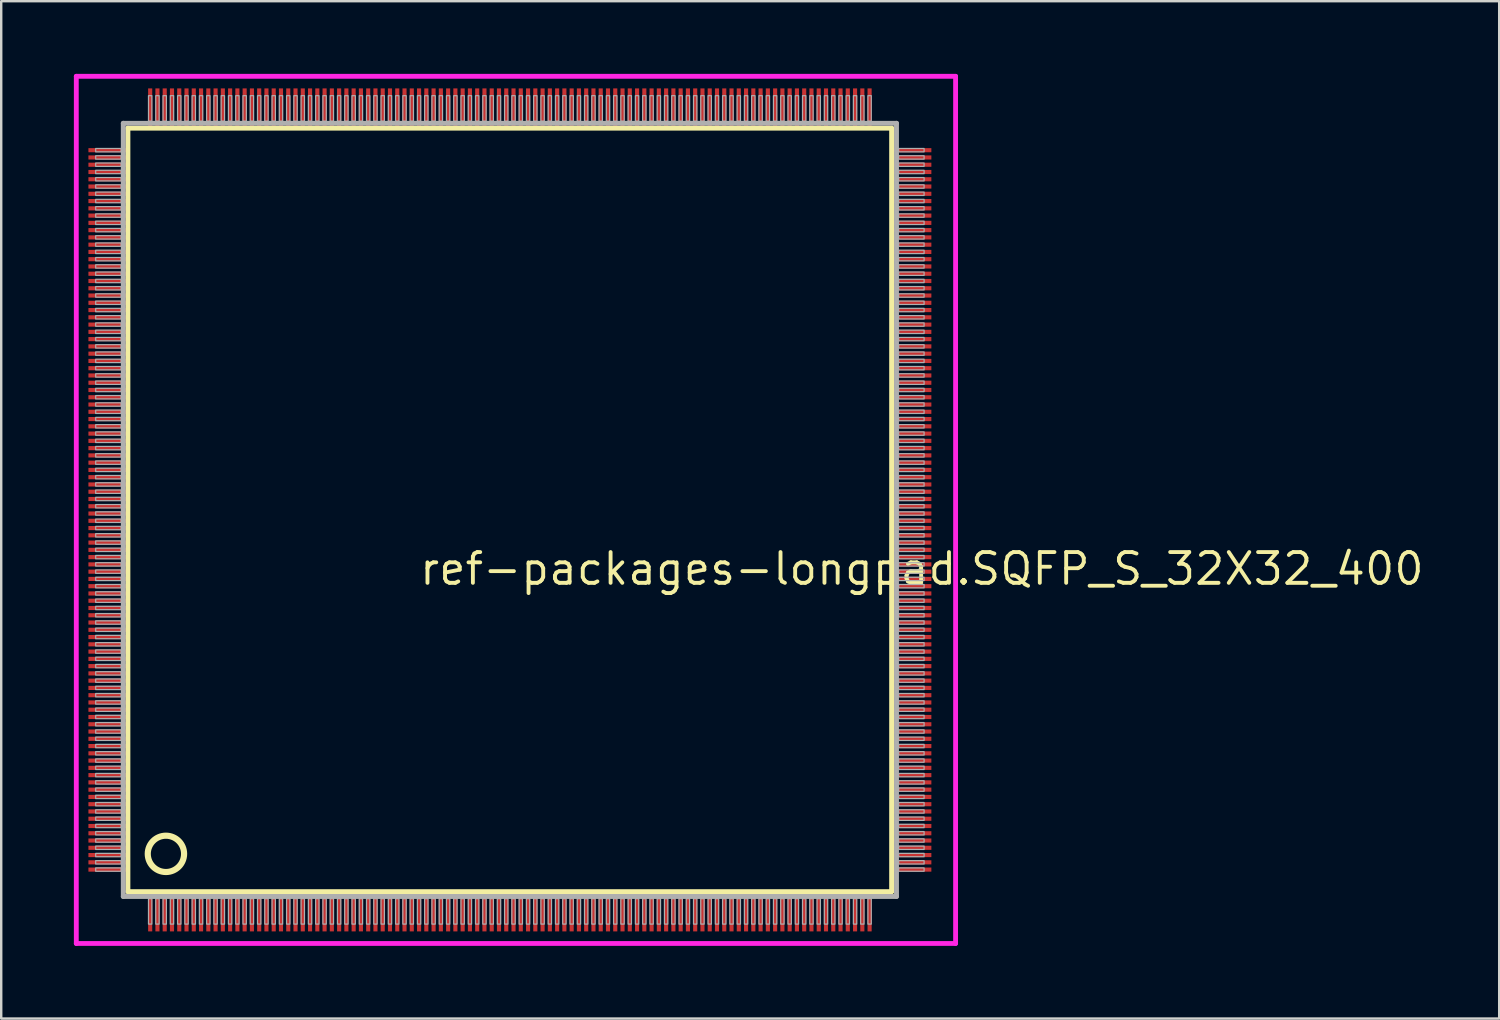
<source format=kicad_pcb>
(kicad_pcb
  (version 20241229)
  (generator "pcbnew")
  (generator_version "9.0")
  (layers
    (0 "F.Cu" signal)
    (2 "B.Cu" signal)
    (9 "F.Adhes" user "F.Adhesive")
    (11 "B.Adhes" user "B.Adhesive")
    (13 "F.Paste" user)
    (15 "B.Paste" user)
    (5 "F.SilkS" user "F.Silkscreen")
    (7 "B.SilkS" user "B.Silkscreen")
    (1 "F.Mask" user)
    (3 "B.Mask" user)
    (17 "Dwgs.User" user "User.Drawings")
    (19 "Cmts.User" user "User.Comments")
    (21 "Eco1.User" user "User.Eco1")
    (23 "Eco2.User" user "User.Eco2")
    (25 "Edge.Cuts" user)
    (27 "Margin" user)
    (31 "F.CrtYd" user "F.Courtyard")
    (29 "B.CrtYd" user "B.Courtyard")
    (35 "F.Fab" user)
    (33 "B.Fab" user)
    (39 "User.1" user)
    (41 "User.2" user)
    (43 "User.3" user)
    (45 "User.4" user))
  (footprint "ref-packages-longpad.SQFP_S_32X32_400"
    (layer "F.Cu")
    (at 18 18)
    (property "Reference" "ref-packages-longpad.SQFP_S_32X32_400" (at -3.81 3.175 0) (layer "F.SilkS") (effects (font (size 1.27 1.27) (thickness 0.16)) (justify left bottom)))
    (attr smd)
    (fp_line (start -15.77 -15.76) (end 15.76 -15.76) (stroke (width 0.203) (type default)) (layer "F.SilkS"))
    (fp_line (start -15.77 15.76) (end -15.77 -15.76) (stroke (width 0.203) (type default)) (layer "F.SilkS"))
    (fp_line (start 15.76 -15.76) (end 15.76 15.76) (stroke (width 0.203) (type default)) (layer "F.SilkS"))
    (fp_line (start 15.76 15.76) (end -15.77 15.76) (stroke (width 0.203) (type default)) (layer "F.SilkS"))
    (fp_circle (center -14.2 14.2) (end -13.45 14.2) (stroke (width 0.254) (type default)) (fill no) (layer "F.SilkS"))
    (fp_line (start -17.9 -17.9) (end 18.4 -17.9) (stroke (width 0.2) (type default)) (layer "F.CrtYd"))
    (fp_line (start -17.9 17.9) (end -17.9 -17.9) (stroke (width 0.2) (type default)) (layer "F.CrtYd"))
    (fp_line (start 18.4 -17.9) (end 18.4 17.9) (stroke (width 0.2) (type default)) (layer "F.CrtYd"))
    (fp_line (start 18.4 17.9) (end -17.9 17.9) (stroke (width 0.2) (type default)) (layer "F.CrtYd"))
    (fp_line (start -15.96 -15.96) (end -15.96 15.96) (stroke (width 0.203) (type default)) (layer "F.Fab"))
    (fp_line (start -15.96 15.96) (end 15.96 15.96) (stroke (width 0.203) (type default)) (layer "F.Fab"))
    (fp_line (start 15.96 -15.96) (end -15.96 -15.96) (stroke (width 0.203) (type default)) (layer "F.Fab"))
    (fp_line (start 15.96 15.96) (end 15.96 -15.96) (stroke (width 0.203) (type default)) (layer "F.Fab"))
    (fp_rect (start -17.1 -14.78) (end -16.05 -14.92) (stroke (width 0.05) (type default)) (fill no) (layer "F.Fab"))
    (fp_rect (start -17.1 -14.48) (end -16.05 -14.62) (stroke (width 0.05) (type default)) (fill no) (layer "F.Fab"))
    (fp_rect (start -17.1 -14.18) (end -16.05 -14.32) (stroke (width 0.05) (type default)) (fill no) (layer "F.Fab"))
    (fp_rect (start -17.1 -13.88) (end -16.05 -14.02) (stroke (width 0.05) (type default)) (fill no) (layer "F.Fab"))
    (fp_rect (start -17.1 -13.58) (end -16.05 -13.72) (stroke (width 0.05) (type default)) (fill no) (layer "F.Fab"))
    (fp_rect (start -17.1 -13.28) (end -16.05 -13.42) (stroke (width 0.05) (type default)) (fill no) (layer "F.Fab"))
    (fp_rect (start -17.1 -12.98) (end -16.05 -13.12) (stroke (width 0.05) (type default)) (fill no) (layer "F.Fab"))
    (fp_rect (start -17.1 -12.68) (end -16.05 -12.82) (stroke (width 0.05) (type default)) (fill no) (layer "F.Fab"))
    (fp_rect (start -17.1 -12.38) (end -16.05 -12.52) (stroke (width 0.05) (type default)) (fill no) (layer "F.Fab"))
    (fp_rect (start -17.1 -12.08) (end -16.05 -12.22) (stroke (width 0.05) (type default)) (fill no) (layer "F.Fab"))
    (fp_rect (start -17.1 -11.78) (end -16.05 -11.92) (stroke (width 0.05) (type default)) (fill no) (layer "F.Fab"))
    (fp_rect (start -17.1 -11.48) (end -16.05 -11.62) (stroke (width 0.05) (type default)) (fill no) (layer "F.Fab"))
    (fp_rect (start -17.1 -11.18) (end -16.05 -11.32) (stroke (width 0.05) (type default)) (fill no) (layer "F.Fab"))
    (fp_rect (start -17.1 -10.88) (end -16.05 -11.02) (stroke (width 0.05) (type default)) (fill no) (layer "F.Fab"))
    (fp_rect (start -17.1 -10.58) (end -16.05 -10.72) (stroke (width 0.05) (type default)) (fill no) (layer "F.Fab"))
    (fp_rect (start -17.1 -10.28) (end -16.05 -10.42) (stroke (width 0.05) (type default)) (fill no) (layer "F.Fab"))
    (fp_rect (start -17.1 -9.98) (end -16.05 -10.12) (stroke (width 0.05) (type default)) (fill no) (layer "F.Fab"))
    (fp_rect (start -17.1 -9.68) (end -16.05 -9.82) (stroke (width 0.05) (type default)) (fill no) (layer "F.Fab"))
    (fp_rect (start -17.1 -9.38) (end -16.05 -9.52) (stroke (width 0.05) (type default)) (fill no) (layer "F.Fab"))
    (fp_rect (start -17.1 -9.08) (end -16.05 -9.22) (stroke (width 0.05) (type default)) (fill no) (layer "F.Fab"))
    (fp_rect (start -17.1 -8.78) (end -16.05 -8.92) (stroke (width 0.05) (type default)) (fill no) (layer "F.Fab"))
    (fp_rect (start -17.1 -8.48) (end -16.05 -8.62) (stroke (width 0.05) (type default)) (fill no) (layer "F.Fab"))
    (fp_rect (start -17.1 -8.18) (end -16.05 -8.32) (stroke (width 0.05) (type default)) (fill no) (layer "F.Fab"))
    (fp_rect (start -17.1 -7.88) (end -16.05 -8.02) (stroke (width 0.05) (type default)) (fill no) (layer "F.Fab"))
    (fp_rect (start -17.1 -7.58) (end -16.05 -7.72) (stroke (width 0.05) (type default)) (fill no) (layer "F.Fab"))
    (fp_rect (start -17.1 -7.28) (end -16.05 -7.42) (stroke (width 0.05) (type default)) (fill no) (layer "F.Fab"))
    (fp_rect (start -17.1 -6.98) (end -16.05 -7.12) (stroke (width 0.05) (type default)) (fill no) (layer "F.Fab"))
    (fp_rect (start -17.1 -6.68) (end -16.05 -6.82) (stroke (width 0.05) (type default)) (fill no) (layer "F.Fab"))
    (fp_rect (start -17.1 -6.38) (end -16.05 -6.52) (stroke (width 0.05) (type default)) (fill no) (layer "F.Fab"))
    (fp_rect (start -17.1 -6.08) (end -16.05 -6.22) (stroke (width 0.05) (type default)) (fill no) (layer "F.Fab"))
    (fp_rect (start -17.1 -5.78) (end -16.05 -5.92) (stroke (width 0.05) (type default)) (fill no) (layer "F.Fab"))
    (fp_rect (start -17.1 -5.48) (end -16.05 -5.62) (stroke (width 0.05) (type default)) (fill no) (layer "F.Fab"))
    (fp_rect (start -17.1 -5.18) (end -16.05 -5.32) (stroke (width 0.05) (type default)) (fill no) (layer "F.Fab"))
    (fp_rect (start -17.1 -4.88) (end -16.05 -5.02) (stroke (width 0.05) (type default)) (fill no) (layer "F.Fab"))
    (fp_rect (start -17.1 -4.58) (end -16.05 -4.72) (stroke (width 0.05) (type default)) (fill no) (layer "F.Fab"))
    (fp_rect (start -17.1 -4.28) (end -16.05 -4.42) (stroke (width 0.05) (type default)) (fill no) (layer "F.Fab"))
    (fp_rect (start -17.1 -3.98) (end -16.05 -4.12) (stroke (width 0.05) (type default)) (fill no) (layer "F.Fab"))
    (fp_rect (start -17.1 -3.68) (end -16.05 -3.82) (stroke (width 0.05) (type default)) (fill no) (layer "F.Fab"))
    (fp_rect (start -17.1 -3.38) (end -16.05 -3.52) (stroke (width 0.05) (type default)) (fill no) (layer "F.Fab"))
    (fp_rect (start -17.1 -3.08) (end -16.05 -3.22) (stroke (width 0.05) (type default)) (fill no) (layer "F.Fab"))
    (fp_rect (start -17.1 -2.78) (end -16.05 -2.92) (stroke (width 0.05) (type default)) (fill no) (layer "F.Fab"))
    (fp_rect (start -17.1 -2.48) (end -16.05 -2.62) (stroke (width 0.05) (type default)) (fill no) (layer "F.Fab"))
    (fp_rect (start -17.1 -2.18) (end -16.05 -2.32) (stroke (width 0.05) (type default)) (fill no) (layer "F.Fab"))
    (fp_rect (start -17.1 -1.88) (end -16.05 -2.02) (stroke (width 0.05) (type default)) (fill no) (layer "F.Fab"))
    (fp_rect (start -17.1 -1.58) (end -16.05 -1.72) (stroke (width 0.05) (type default)) (fill no) (layer "F.Fab"))
    (fp_rect (start -17.1 -1.28) (end -16.05 -1.42) (stroke (width 0.05) (type default)) (fill no) (layer "F.Fab"))
    (fp_rect (start -17.1 -0.98) (end -16.05 -1.12) (stroke (width 0.05) (type default)) (fill no) (layer "F.Fab"))
    (fp_rect (start -17.1 -0.68) (end -16.05 -0.82) (stroke (width 0.05) (type default)) (fill no) (layer "F.Fab"))
    (fp_rect (start -17.1 -0.38) (end -16.05 -0.52) (stroke (width 0.05) (type default)) (fill no) (layer "F.Fab"))
    (fp_rect (start -17.1 -0.08) (end -16.05 -0.22) (stroke (width 0.05) (type default)) (fill no) (layer "F.Fab"))
    (fp_rect (start -17.1 0.22) (end -16.05 0.08) (stroke (width 0.05) (type default)) (fill no) (layer "F.Fab"))
    (fp_rect (start -17.1 0.52) (end -16.05 0.38) (stroke (width 0.05) (type default)) (fill no) (layer "F.Fab"))
    (fp_rect (start -17.1 0.82) (end -16.05 0.68) (stroke (width 0.05) (type default)) (fill no) (layer "F.Fab"))
    (fp_rect (start -17.1 1.12) (end -16.05 0.98) (stroke (width 0.05) (type default)) (fill no) (layer "F.Fab"))
    (fp_rect (start -17.1 1.42) (end -16.05 1.28) (stroke (width 0.05) (type default)) (fill no) (layer "F.Fab"))
    (fp_rect (start -17.1 1.72) (end -16.05 1.58) (stroke (width 0.05) (type default)) (fill no) (layer "F.Fab"))
    (fp_rect (start -17.1 2.02) (end -16.05 1.88) (stroke (width 0.05) (type default)) (fill no) (layer "F.Fab"))
    (fp_rect (start -17.1 2.32) (end -16.05 2.18) (stroke (width 0.05) (type default)) (fill no) (layer "F.Fab"))
    (fp_rect (start -17.1 2.62) (end -16.05 2.48) (stroke (width 0.05) (type default)) (fill no) (layer "F.Fab"))
    (fp_rect (start -17.1 2.92) (end -16.05 2.78) (stroke (width 0.05) (type default)) (fill no) (layer "F.Fab"))
    (fp_rect (start -17.1 3.22) (end -16.05 3.08) (stroke (width 0.05) (type default)) (fill no) (layer "F.Fab"))
    (fp_rect (start -17.1 3.52) (end -16.05 3.38) (stroke (width 0.05) (type default)) (fill no) (layer "F.Fab"))
    (fp_rect (start -17.1 3.82) (end -16.05 3.68) (stroke (width 0.05) (type default)) (fill no) (layer "F.Fab"))
    (fp_rect (start -17.1 4.12) (end -16.05 3.98) (stroke (width 0.05) (type default)) (fill no) (layer "F.Fab"))
    (fp_rect (start -17.1 4.42) (end -16.05 4.28) (stroke (width 0.05) (type default)) (fill no) (layer "F.Fab"))
    (fp_rect (start -17.1 4.72) (end -16.05 4.58) (stroke (width 0.05) (type default)) (fill no) (layer "F.Fab"))
    (fp_rect (start -17.1 5.02) (end -16.05 4.88) (stroke (width 0.05) (type default)) (fill no) (layer "F.Fab"))
    (fp_rect (start -17.1 5.32) (end -16.05 5.18) (stroke (width 0.05) (type default)) (fill no) (layer "F.Fab"))
    (fp_rect (start -17.1 5.62) (end -16.05 5.48) (stroke (width 0.05) (type default)) (fill no) (layer "F.Fab"))
    (fp_rect (start -17.1 5.92) (end -16.05 5.78) (stroke (width 0.05) (type default)) (fill no) (layer "F.Fab"))
    (fp_rect (start -17.1 6.22) (end -16.05 6.08) (stroke (width 0.05) (type default)) (fill no) (layer "F.Fab"))
    (fp_rect (start -17.1 6.52) (end -16.05 6.38) (stroke (width 0.05) (type default)) (fill no) (layer "F.Fab"))
    (fp_rect (start -17.1 6.82) (end -16.05 6.68) (stroke (width 0.05) (type default)) (fill no) (layer "F.Fab"))
    (fp_rect (start -17.1 7.12) (end -16.05 6.98) (stroke (width 0.05) (type default)) (fill no) (layer "F.Fab"))
    (fp_rect (start -17.1 7.42) (end -16.05 7.28) (stroke (width 0.05) (type default)) (fill no) (layer "F.Fab"))
    (fp_rect (start -17.1 7.72) (end -16.05 7.58) (stroke (width 0.05) (type default)) (fill no) (layer "F.Fab"))
    (fp_rect (start -17.1 8.02) (end -16.05 7.88) (stroke (width 0.05) (type default)) (fill no) (layer "F.Fab"))
    (fp_rect (start -17.1 8.32) (end -16.05 8.18) (stroke (width 0.05) (type default)) (fill no) (layer "F.Fab"))
    (fp_rect (start -17.1 8.62) (end -16.05 8.48) (stroke (width 0.05) (type default)) (fill no) (layer "F.Fab"))
    (fp_rect (start -17.1 8.92) (end -16.05 8.78) (stroke (width 0.05) (type default)) (fill no) (layer "F.Fab"))
    (fp_rect (start -17.1 9.22) (end -16.05 9.08) (stroke (width 0.05) (type default)) (fill no) (layer "F.Fab"))
    (fp_rect (start -17.1 9.52) (end -16.05 9.38) (stroke (width 0.05) (type default)) (fill no) (layer "F.Fab"))
    (fp_rect (start -17.1 9.82) (end -16.05 9.68) (stroke (width 0.05) (type default)) (fill no) (layer "F.Fab"))
    (fp_rect (start -17.1 10.12) (end -16.05 9.98) (stroke (width 0.05) (type default)) (fill no) (layer "F.Fab"))
    (fp_rect (start -17.1 10.42) (end -16.05 10.28) (stroke (width 0.05) (type default)) (fill no) (layer "F.Fab"))
    (fp_rect (start -17.1 10.72) (end -16.05 10.58) (stroke (width 0.05) (type default)) (fill no) (layer "F.Fab"))
    (fp_rect (start -17.1 11.02) (end -16.05 10.88) (stroke (width 0.05) (type default)) (fill no) (layer "F.Fab"))
    (fp_rect (start -17.1 11.32) (end -16.05 11.18) (stroke (width 0.05) (type default)) (fill no) (layer "F.Fab"))
    (fp_rect (start -17.1 11.62) (end -16.05 11.48) (stroke (width 0.05) (type default)) (fill no) (layer "F.Fab"))
    (fp_rect (start -17.1 11.92) (end -16.05 11.78) (stroke (width 0.05) (type default)) (fill no) (layer "F.Fab"))
    (fp_rect (start -17.1 12.22) (end -16.05 12.08) (stroke (width 0.05) (type default)) (fill no) (layer "F.Fab"))
    (fp_rect (start -17.1 12.52) (end -16.05 12.38) (stroke (width 0.05) (type default)) (fill no) (layer "F.Fab"))
    (fp_rect (start -17.1 12.82) (end -16.05 12.68) (stroke (width 0.05) (type default)) (fill no) (layer "F.Fab"))
    (fp_rect (start -17.1 13.12) (end -16.05 12.98) (stroke (width 0.05) (type default)) (fill no) (layer "F.Fab"))
    (fp_rect (start -17.1 13.42) (end -16.05 13.28) (stroke (width 0.05) (type default)) (fill no) (layer "F.Fab"))
    (fp_rect (start -17.1 13.72) (end -16.05 13.58) (stroke (width 0.05) (type default)) (fill no) (layer "F.Fab"))
    (fp_rect (start -17.1 14.02) (end -16.05 13.88) (stroke (width 0.05) (type default)) (fill no) (layer "F.Fab"))
    (fp_rect (start -17.1 14.32) (end -16.05 14.18) (stroke (width 0.05) (type default)) (fill no) (layer "F.Fab"))
    (fp_rect (start -17.1 14.62) (end -16.05 14.48) (stroke (width 0.05) (type default)) (fill no) (layer "F.Fab"))
    (fp_rect (start -17.1 14.92) (end -16.05 14.78) (stroke (width 0.05) (type default)) (fill no) (layer "F.Fab"))
    (fp_rect (start -14.92 -16.05) (end -14.78 -17.1) (stroke (width 0.05) (type default)) (fill no) (layer "F.Fab"))
    (fp_rect (start -14.92 17.1) (end -14.78 16.05) (stroke (width 0.05) (type default)) (fill no) (layer "F.Fab"))
    (fp_rect (start -14.62 -16.05) (end -14.48 -17.1) (stroke (width 0.05) (type default)) (fill no) (layer "F.Fab"))
    (fp_rect (start -14.62 17.1) (end -14.48 16.05) (stroke (width 0.05) (type default)) (fill no) (layer "F.Fab"))
    (fp_rect (start -14.32 -16.05) (end -14.18 -17.1) (stroke (width 0.05) (type default)) (fill no) (layer "F.Fab"))
    (fp_rect (start -14.32 17.1) (end -14.18 16.05) (stroke (width 0.05) (type default)) (fill no) (layer "F.Fab"))
    (fp_rect (start -14.02 -16.05) (end -13.88 -17.1) (stroke (width 0.05) (type default)) (fill no) (layer "F.Fab"))
    (fp_rect (start -14.02 17.1) (end -13.88 16.05) (stroke (width 0.05) (type default)) (fill no) (layer "F.Fab"))
    (fp_rect (start -13.72 -16.05) (end -13.58 -17.1) (stroke (width 0.05) (type default)) (fill no) (layer "F.Fab"))
    (fp_rect (start -13.72 17.1) (end -13.58 16.05) (stroke (width 0.05) (type default)) (fill no) (layer "F.Fab"))
    (fp_rect (start -13.42 -16.05) (end -13.28 -17.1) (stroke (width 0.05) (type default)) (fill no) (layer "F.Fab"))
    (fp_rect (start -13.42 17.1) (end -13.28 16.05) (stroke (width 0.05) (type default)) (fill no) (layer "F.Fab"))
    (fp_rect (start -13.12 -16.05) (end -12.98 -17.1) (stroke (width 0.05) (type default)) (fill no) (layer "F.Fab"))
    (fp_rect (start -13.12 17.1) (end -12.98 16.05) (stroke (width 0.05) (type default)) (fill no) (layer "F.Fab"))
    (fp_rect (start -12.82 -16.05) (end -12.68 -17.1) (stroke (width 0.05) (type default)) (fill no) (layer "F.Fab"))
    (fp_rect (start -12.82 17.1) (end -12.68 16.05) (stroke (width 0.05) (type default)) (fill no) (layer "F.Fab"))
    (fp_rect (start -12.52 -16.05) (end -12.38 -17.1) (stroke (width 0.05) (type default)) (fill no) (layer "F.Fab"))
    (fp_rect (start -12.52 17.1) (end -12.38 16.05) (stroke (width 0.05) (type default)) (fill no) (layer "F.Fab"))
    (fp_rect (start -12.22 -16.05) (end -12.08 -17.1) (stroke (width 0.05) (type default)) (fill no) (layer "F.Fab"))
    (fp_rect (start -12.22 17.1) (end -12.08 16.05) (stroke (width 0.05) (type default)) (fill no) (layer "F.Fab"))
    (fp_rect (start -11.92 -16.05) (end -11.78 -17.1) (stroke (width 0.05) (type default)) (fill no) (layer "F.Fab"))
    (fp_rect (start -11.92 17.1) (end -11.78 16.05) (stroke (width 0.05) (type default)) (fill no) (layer "F.Fab"))
    (fp_rect (start -11.62 -16.05) (end -11.48 -17.1) (stroke (width 0.05) (type default)) (fill no) (layer "F.Fab"))
    (fp_rect (start -11.62 17.1) (end -11.48 16.05) (stroke (width 0.05) (type default)) (fill no) (layer "F.Fab"))
    (fp_rect (start -11.32 -16.05) (end -11.18 -17.1) (stroke (width 0.05) (type default)) (fill no) (layer "F.Fab"))
    (fp_rect (start -11.32 17.1) (end -11.18 16.05) (stroke (width 0.05) (type default)) (fill no) (layer "F.Fab"))
    (fp_rect (start -11.02 -16.05) (end -10.88 -17.1) (stroke (width 0.05) (type default)) (fill no) (layer "F.Fab"))
    (fp_rect (start -11.02 17.1) (end -10.88 16.05) (stroke (width 0.05) (type default)) (fill no) (layer "F.Fab"))
    (fp_rect (start -10.72 -16.05) (end -10.58 -17.1) (stroke (width 0.05) (type default)) (fill no) (layer "F.Fab"))
    (fp_rect (start -10.72 17.1) (end -10.58 16.05) (stroke (width 0.05) (type default)) (fill no) (layer "F.Fab"))
    (fp_rect (start -10.42 -16.05) (end -10.28 -17.1) (stroke (width 0.05) (type default)) (fill no) (layer "F.Fab"))
    (fp_rect (start -10.42 17.1) (end -10.28 16.05) (stroke (width 0.05) (type default)) (fill no) (layer "F.Fab"))
    (fp_rect (start -10.12 -16.05) (end -9.98 -17.1) (stroke (width 0.05) (type default)) (fill no) (layer "F.Fab"))
    (fp_rect (start -10.12 17.1) (end -9.98 16.05) (stroke (width 0.05) (type default)) (fill no) (layer "F.Fab"))
    (fp_rect (start -9.82 -16.05) (end -9.68 -17.1) (stroke (width 0.05) (type default)) (fill no) (layer "F.Fab"))
    (fp_rect (start -9.82 17.1) (end -9.68 16.05) (stroke (width 0.05) (type default)) (fill no) (layer "F.Fab"))
    (fp_rect (start -9.52 -16.05) (end -9.38 -17.1) (stroke (width 0.05) (type default)) (fill no) (layer "F.Fab"))
    (fp_rect (start -9.52 17.1) (end -9.38 16.05) (stroke (width 0.05) (type default)) (fill no) (layer "F.Fab"))
    (fp_rect (start -9.22 -16.05) (end -9.08 -17.1) (stroke (width 0.05) (type default)) (fill no) (layer "F.Fab"))
    (fp_rect (start -9.22 17.1) (end -9.08 16.05) (stroke (width 0.05) (type default)) (fill no) (layer "F.Fab"))
    (fp_rect (start -8.92 -16.05) (end -8.78 -17.1) (stroke (width 0.05) (type default)) (fill no) (layer "F.Fab"))
    (fp_rect (start -8.92 17.1) (end -8.78 16.05) (stroke (width 0.05) (type default)) (fill no) (layer "F.Fab"))
    (fp_rect (start -8.62 -16.05) (end -8.48 -17.1) (stroke (width 0.05) (type default)) (fill no) (layer "F.Fab"))
    (fp_rect (start -8.62 17.1) (end -8.48 16.05) (stroke (width 0.05) (type default)) (fill no) (layer "F.Fab"))
    (fp_rect (start -8.32 -16.05) (end -8.18 -17.1) (stroke (width 0.05) (type default)) (fill no) (layer "F.Fab"))
    (fp_rect (start -8.32 17.1) (end -8.18 16.05) (stroke (width 0.05) (type default)) (fill no) (layer "F.Fab"))
    (fp_rect (start -8.02 -16.05) (end -7.88 -17.1) (stroke (width 0.05) (type default)) (fill no) (layer "F.Fab"))
    (fp_rect (start -8.02 17.1) (end -7.88 16.05) (stroke (width 0.05) (type default)) (fill no) (layer "F.Fab"))
    (fp_rect (start -7.72 -16.05) (end -7.58 -17.1) (stroke (width 0.05) (type default)) (fill no) (layer "F.Fab"))
    (fp_rect (start -7.72 17.1) (end -7.58 16.05) (stroke (width 0.05) (type default)) (fill no) (layer "F.Fab"))
    (fp_rect (start -7.42 -16.05) (end -7.28 -17.1) (stroke (width 0.05) (type default)) (fill no) (layer "F.Fab"))
    (fp_rect (start -7.42 17.1) (end -7.28 16.05) (stroke (width 0.05) (type default)) (fill no) (layer "F.Fab"))
    (fp_rect (start -7.12 -16.05) (end -6.98 -17.1) (stroke (width 0.05) (type default)) (fill no) (layer "F.Fab"))
    (fp_rect (start -7.12 17.1) (end -6.98 16.05) (stroke (width 0.05) (type default)) (fill no) (layer "F.Fab"))
    (fp_rect (start -6.82 -16.05) (end -6.68 -17.1) (stroke (width 0.05) (type default)) (fill no) (layer "F.Fab"))
    (fp_rect (start -6.82 17.1) (end -6.68 16.05) (stroke (width 0.05) (type default)) (fill no) (layer "F.Fab"))
    (fp_rect (start -6.52 -16.05) (end -6.38 -17.1) (stroke (width 0.05) (type default)) (fill no) (layer "F.Fab"))
    (fp_rect (start -6.52 17.1) (end -6.38 16.05) (stroke (width 0.05) (type default)) (fill no) (layer "F.Fab"))
    (fp_rect (start -6.22 -16.05) (end -6.08 -17.1) (stroke (width 0.05) (type default)) (fill no) (layer "F.Fab"))
    (fp_rect (start -6.22 17.1) (end -6.08 16.05) (stroke (width 0.05) (type default)) (fill no) (layer "F.Fab"))
    (fp_rect (start -5.92 -16.05) (end -5.78 -17.1) (stroke (width 0.05) (type default)) (fill no) (layer "F.Fab"))
    (fp_rect (start -5.92 17.1) (end -5.78 16.05) (stroke (width 0.05) (type default)) (fill no) (layer "F.Fab"))
    (fp_rect (start -5.62 -16.05) (end -5.48 -17.1) (stroke (width 0.05) (type default)) (fill no) (layer "F.Fab"))
    (fp_rect (start -5.62 17.1) (end -5.48 16.05) (stroke (width 0.05) (type default)) (fill no) (layer "F.Fab"))
    (fp_rect (start -5.32 -16.05) (end -5.18 -17.1) (stroke (width 0.05) (type default)) (fill no) (layer "F.Fab"))
    (fp_rect (start -5.32 17.1) (end -5.18 16.05) (stroke (width 0.05) (type default)) (fill no) (layer "F.Fab"))
    (fp_rect (start -5.02 -16.05) (end -4.88 -17.1) (stroke (width 0.05) (type default)) (fill no) (layer "F.Fab"))
    (fp_rect (start -5.02 17.1) (end -4.88 16.05) (stroke (width 0.05) (type default)) (fill no) (layer "F.Fab"))
    (fp_rect (start -4.72 -16.05) (end -4.58 -17.1) (stroke (width 0.05) (type default)) (fill no) (layer "F.Fab"))
    (fp_rect (start -4.72 17.1) (end -4.58 16.05) (stroke (width 0.05) (type default)) (fill no) (layer "F.Fab"))
    (fp_rect (start -4.42 -16.05) (end -4.28 -17.1) (stroke (width 0.05) (type default)) (fill no) (layer "F.Fab"))
    (fp_rect (start -4.42 17.1) (end -4.28 16.05) (stroke (width 0.05) (type default)) (fill no) (layer "F.Fab"))
    (fp_rect (start -4.12 -16.05) (end -3.98 -17.1) (stroke (width 0.05) (type default)) (fill no) (layer "F.Fab"))
    (fp_rect (start -4.12 17.1) (end -3.98 16.05) (stroke (width 0.05) (type default)) (fill no) (layer "F.Fab"))
    (fp_rect (start -3.82 -16.05) (end -3.68 -17.1) (stroke (width 0.05) (type default)) (fill no) (layer "F.Fab"))
    (fp_rect (start -3.82 17.1) (end -3.68 16.05) (stroke (width 0.05) (type default)) (fill no) (layer "F.Fab"))
    (fp_rect (start -3.52 -16.05) (end -3.38 -17.1) (stroke (width 0.05) (type default)) (fill no) (layer "F.Fab"))
    (fp_rect (start -3.52 17.1) (end -3.38 16.05) (stroke (width 0.05) (type default)) (fill no) (layer "F.Fab"))
    (fp_rect (start -3.22 -16.05) (end -3.08 -17.1) (stroke (width 0.05) (type default)) (fill no) (layer "F.Fab"))
    (fp_rect (start -3.22 17.1) (end -3.08 16.05) (stroke (width 0.05) (type default)) (fill no) (layer "F.Fab"))
    (fp_rect (start -2.92 -16.05) (end -2.78 -17.1) (stroke (width 0.05) (type default)) (fill no) (layer "F.Fab"))
    (fp_rect (start -2.92 17.1) (end -2.78 16.05) (stroke (width 0.05) (type default)) (fill no) (layer "F.Fab"))
    (fp_rect (start -2.62 -16.05) (end -2.48 -17.1) (stroke (width 0.05) (type default)) (fill no) (layer "F.Fab"))
    (fp_rect (start -2.62 17.1) (end -2.48 16.05) (stroke (width 0.05) (type default)) (fill no) (layer "F.Fab"))
    (fp_rect (start -2.32 -16.05) (end -2.18 -17.1) (stroke (width 0.05) (type default)) (fill no) (layer "F.Fab"))
    (fp_rect (start -2.32 17.1) (end -2.18 16.05) (stroke (width 0.05) (type default)) (fill no) (layer "F.Fab"))
    (fp_rect (start -2.02 -16.05) (end -1.88 -17.1) (stroke (width 0.05) (type default)) (fill no) (layer "F.Fab"))
    (fp_rect (start -2.02 17.1) (end -1.88 16.05) (stroke (width 0.05) (type default)) (fill no) (layer "F.Fab"))
    (fp_rect (start -1.72 -16.05) (end -1.58 -17.1) (stroke (width 0.05) (type default)) (fill no) (layer "F.Fab"))
    (fp_rect (start -1.72 17.1) (end -1.58 16.05) (stroke (width 0.05) (type default)) (fill no) (layer "F.Fab"))
    (fp_rect (start -1.42 -16.05) (end -1.28 -17.1) (stroke (width 0.05) (type default)) (fill no) (layer "F.Fab"))
    (fp_rect (start -1.42 17.1) (end -1.28 16.05) (stroke (width 0.05) (type default)) (fill no) (layer "F.Fab"))
    (fp_rect (start -1.12 -16.05) (end -0.98 -17.1) (stroke (width 0.05) (type default)) (fill no) (layer "F.Fab"))
    (fp_rect (start -1.12 17.1) (end -0.98 16.05) (stroke (width 0.05) (type default)) (fill no) (layer "F.Fab"))
    (fp_rect (start -0.82 -16.05) (end -0.68 -17.1) (stroke (width 0.05) (type default)) (fill no) (layer "F.Fab"))
    (fp_rect (start -0.82 17.1) (end -0.68 16.05) (stroke (width 0.05) (type default)) (fill no) (layer "F.Fab"))
    (fp_rect (start -0.52 -16.05) (end -0.38 -17.1) (stroke (width 0.05) (type default)) (fill no) (layer "F.Fab"))
    (fp_rect (start -0.52 17.1) (end -0.38 16.05) (stroke (width 0.05) (type default)) (fill no) (layer "F.Fab"))
    (fp_rect (start -0.22 -16.05) (end -0.08 -17.1) (stroke (width 0.05) (type default)) (fill no) (layer "F.Fab"))
    (fp_rect (start -0.22 17.1) (end -0.08 16.05) (stroke (width 0.05) (type default)) (fill no) (layer "F.Fab"))
    (fp_rect (start 0.08 -16.05) (end 0.22 -17.1) (stroke (width 0.05) (type default)) (fill no) (layer "F.Fab"))
    (fp_rect (start 0.08 17.1) (end 0.22 16.05) (stroke (width 0.05) (type default)) (fill no) (layer "F.Fab"))
    (fp_rect (start 0.38 -16.05) (end 0.52 -17.1) (stroke (width 0.05) (type default)) (fill no) (layer "F.Fab"))
    (fp_rect (start 0.38 17.1) (end 0.52 16.05) (stroke (width 0.05) (type default)) (fill no) (layer "F.Fab"))
    (fp_rect (start 0.68 -16.05) (end 0.82 -17.1) (stroke (width 0.05) (type default)) (fill no) (layer "F.Fab"))
    (fp_rect (start 0.68 17.1) (end 0.82 16.05) (stroke (width 0.05) (type default)) (fill no) (layer "F.Fab"))
    (fp_rect (start 0.98 -16.05) (end 1.12 -17.1) (stroke (width 0.05) (type default)) (fill no) (layer "F.Fab"))
    (fp_rect (start 0.98 17.1) (end 1.12 16.05) (stroke (width 0.05) (type default)) (fill no) (layer "F.Fab"))
    (fp_rect (start 1.28 -16.05) (end 1.42 -17.1) (stroke (width 0.05) (type default)) (fill no) (layer "F.Fab"))
    (fp_rect (start 1.28 17.1) (end 1.42 16.05) (stroke (width 0.05) (type default)) (fill no) (layer "F.Fab"))
    (fp_rect (start 1.58 -16.05) (end 1.72 -17.1) (stroke (width 0.05) (type default)) (fill no) (layer "F.Fab"))
    (fp_rect (start 1.58 17.1) (end 1.72 16.05) (stroke (width 0.05) (type default)) (fill no) (layer "F.Fab"))
    (fp_rect (start 1.88 -16.05) (end 2.02 -17.1) (stroke (width 0.05) (type default)) (fill no) (layer "F.Fab"))
    (fp_rect (start 1.88 17.1) (end 2.02 16.05) (stroke (width 0.05) (type default)) (fill no) (layer "F.Fab"))
    (fp_rect (start 2.18 -16.05) (end 2.32 -17.1) (stroke (width 0.05) (type default)) (fill no) (layer "F.Fab"))
    (fp_rect (start 2.18 17.1) (end 2.32 16.05) (stroke (width 0.05) (type default)) (fill no) (layer "F.Fab"))
    (fp_rect (start 2.48 -16.05) (end 2.62 -17.1) (stroke (width 0.05) (type default)) (fill no) (layer "F.Fab"))
    (fp_rect (start 2.48 17.1) (end 2.62 16.05) (stroke (width 0.05) (type default)) (fill no) (layer "F.Fab"))
    (fp_rect (start 2.78 -16.05) (end 2.92 -17.1) (stroke (width 0.05) (type default)) (fill no) (layer "F.Fab"))
    (fp_rect (start 2.78 17.1) (end 2.92 16.05) (stroke (width 0.05) (type default)) (fill no) (layer "F.Fab"))
    (fp_rect (start 3.08 -16.05) (end 3.22 -17.1) (stroke (width 0.05) (type default)) (fill no) (layer "F.Fab"))
    (fp_rect (start 3.08 17.1) (end 3.22 16.05) (stroke (width 0.05) (type default)) (fill no) (layer "F.Fab"))
    (fp_rect (start 3.38 -16.05) (end 3.52 -17.1) (stroke (width 0.05) (type default)) (fill no) (layer "F.Fab"))
    (fp_rect (start 3.38 17.1) (end 3.52 16.05) (stroke (width 0.05) (type default)) (fill no) (layer "F.Fab"))
    (fp_rect (start 3.68 -16.05) (end 3.82 -17.1) (stroke (width 0.05) (type default)) (fill no) (layer "F.Fab"))
    (fp_rect (start 3.68 17.1) (end 3.82 16.05) (stroke (width 0.05) (type default)) (fill no) (layer "F.Fab"))
    (fp_rect (start 3.98 -16.05) (end 4.12 -17.1) (stroke (width 0.05) (type default)) (fill no) (layer "F.Fab"))
    (fp_rect (start 3.98 17.1) (end 4.12 16.05) (stroke (width 0.05) (type default)) (fill no) (layer "F.Fab"))
    (fp_rect (start 4.28 -16.05) (end 4.42 -17.1) (stroke (width 0.05) (type default)) (fill no) (layer "F.Fab"))
    (fp_rect (start 4.28 17.1) (end 4.42 16.05) (stroke (width 0.05) (type default)) (fill no) (layer "F.Fab"))
    (fp_rect (start 4.58 -16.05) (end 4.72 -17.1) (stroke (width 0.05) (type default)) (fill no) (layer "F.Fab"))
    (fp_rect (start 4.58 17.1) (end 4.72 16.05) (stroke (width 0.05) (type default)) (fill no) (layer "F.Fab"))
    (fp_rect (start 4.88 -16.05) (end 5.02 -17.1) (stroke (width 0.05) (type default)) (fill no) (layer "F.Fab"))
    (fp_rect (start 4.88 17.1) (end 5.02 16.05) (stroke (width 0.05) (type default)) (fill no) (layer "F.Fab"))
    (fp_rect (start 5.18 -16.05) (end 5.32 -17.1) (stroke (width 0.05) (type default)) (fill no) (layer "F.Fab"))
    (fp_rect (start 5.18 17.1) (end 5.32 16.05) (stroke (width 0.05) (type default)) (fill no) (layer "F.Fab"))
    (fp_rect (start 5.48 -16.05) (end 5.62 -17.1) (stroke (width 0.05) (type default)) (fill no) (layer "F.Fab"))
    (fp_rect (start 5.48 17.1) (end 5.62 16.05) (stroke (width 0.05) (type default)) (fill no) (layer "F.Fab"))
    (fp_rect (start 5.78 -16.05) (end 5.92 -17.1) (stroke (width 0.05) (type default)) (fill no) (layer "F.Fab"))
    (fp_rect (start 5.78 17.1) (end 5.92 16.05) (stroke (width 0.05) (type default)) (fill no) (layer "F.Fab"))
    (fp_rect (start 6.08 -16.05) (end 6.22 -17.1) (stroke (width 0.05) (type default)) (fill no) (layer "F.Fab"))
    (fp_rect (start 6.08 17.1) (end 6.22 16.05) (stroke (width 0.05) (type default)) (fill no) (layer "F.Fab"))
    (fp_rect (start 6.38 -16.05) (end 6.52 -17.1) (stroke (width 0.05) (type default)) (fill no) (layer "F.Fab"))
    (fp_rect (start 6.38 17.1) (end 6.52 16.05) (stroke (width 0.05) (type default)) (fill no) (layer "F.Fab"))
    (fp_rect (start 6.68 -16.05) (end 6.82 -17.1) (stroke (width 0.05) (type default)) (fill no) (layer "F.Fab"))
    (fp_rect (start 6.68 17.1) (end 6.82 16.05) (stroke (width 0.05) (type default)) (fill no) (layer "F.Fab"))
    (fp_rect (start 6.98 -16.05) (end 7.12 -17.1) (stroke (width 0.05) (type default)) (fill no) (layer "F.Fab"))
    (fp_rect (start 6.98 17.1) (end 7.12 16.05) (stroke (width 0.05) (type default)) (fill no) (layer "F.Fab"))
    (fp_rect (start 7.28 -16.05) (end 7.42 -17.1) (stroke (width 0.05) (type default)) (fill no) (layer "F.Fab"))
    (fp_rect (start 7.28 17.1) (end 7.42 16.05) (stroke (width 0.05) (type default)) (fill no) (layer "F.Fab"))
    (fp_rect (start 7.58 -16.05) (end 7.72 -17.1) (stroke (width 0.05) (type default)) (fill no) (layer "F.Fab"))
    (fp_rect (start 7.58 17.1) (end 7.72 16.05) (stroke (width 0.05) (type default)) (fill no) (layer "F.Fab"))
    (fp_rect (start 7.88 -16.05) (end 8.02 -17.1) (stroke (width 0.05) (type default)) (fill no) (layer "F.Fab"))
    (fp_rect (start 7.88 17.1) (end 8.02 16.05) (stroke (width 0.05) (type default)) (fill no) (layer "F.Fab"))
    (fp_rect (start 8.18 -16.05) (end 8.32 -17.1) (stroke (width 0.05) (type default)) (fill no) (layer "F.Fab"))
    (fp_rect (start 8.18 17.1) (end 8.32 16.05) (stroke (width 0.05) (type default)) (fill no) (layer "F.Fab"))
    (fp_rect (start 8.48 -16.05) (end 8.62 -17.1) (stroke (width 0.05) (type default)) (fill no) (layer "F.Fab"))
    (fp_rect (start 8.48 17.1) (end 8.62 16.05) (stroke (width 0.05) (type default)) (fill no) (layer "F.Fab"))
    (fp_rect (start 8.78 -16.05) (end 8.92 -17.1) (stroke (width 0.05) (type default)) (fill no) (layer "F.Fab"))
    (fp_rect (start 8.78 17.1) (end 8.92 16.05) (stroke (width 0.05) (type default)) (fill no) (layer "F.Fab"))
    (fp_rect (start 9.08 -16.05) (end 9.22 -17.1) (stroke (width 0.05) (type default)) (fill no) (layer "F.Fab"))
    (fp_rect (start 9.08 17.1) (end 9.22 16.05) (stroke (width 0.05) (type default)) (fill no) (layer "F.Fab"))
    (fp_rect (start 9.38 -16.05) (end 9.52 -17.1) (stroke (width 0.05) (type default)) (fill no) (layer "F.Fab"))
    (fp_rect (start 9.38 17.1) (end 9.52 16.05) (stroke (width 0.05) (type default)) (fill no) (layer "F.Fab"))
    (fp_rect (start 9.68 -16.05) (end 9.82 -17.1) (stroke (width 0.05) (type default)) (fill no) (layer "F.Fab"))
    (fp_rect (start 9.68 17.1) (end 9.82 16.05) (stroke (width 0.05) (type default)) (fill no) (layer "F.Fab"))
    (fp_rect (start 9.98 -16.05) (end 10.12 -17.1) (stroke (width 0.05) (type default)) (fill no) (layer "F.Fab"))
    (fp_rect (start 9.98 17.1) (end 10.12 16.05) (stroke (width 0.05) (type default)) (fill no) (layer "F.Fab"))
    (fp_rect (start 10.28 -16.05) (end 10.42 -17.1) (stroke (width 0.05) (type default)) (fill no) (layer "F.Fab"))
    (fp_rect (start 10.28 17.1) (end 10.42 16.05) (stroke (width 0.05) (type default)) (fill no) (layer "F.Fab"))
    (fp_rect (start 10.58 -16.05) (end 10.72 -17.1) (stroke (width 0.05) (type default)) (fill no) (layer "F.Fab"))
    (fp_rect (start 10.58 17.1) (end 10.72 16.05) (stroke (width 0.05) (type default)) (fill no) (layer "F.Fab"))
    (fp_rect (start 10.88 -16.05) (end 11.02 -17.1) (stroke (width 0.05) (type default)) (fill no) (layer "F.Fab"))
    (fp_rect (start 10.88 17.1) (end 11.02 16.05) (stroke (width 0.05) (type default)) (fill no) (layer "F.Fab"))
    (fp_rect (start 11.18 -16.05) (end 11.32 -17.1) (stroke (width 0.05) (type default)) (fill no) (layer "F.Fab"))
    (fp_rect (start 11.18 17.1) (end 11.32 16.05) (stroke (width 0.05) (type default)) (fill no) (layer "F.Fab"))
    (fp_rect (start 11.48 -16.05) (end 11.62 -17.1) (stroke (width 0.05) (type default)) (fill no) (layer "F.Fab"))
    (fp_rect (start 11.48 17.1) (end 11.62 16.05) (stroke (width 0.05) (type default)) (fill no) (layer "F.Fab"))
    (fp_rect (start 11.78 -16.05) (end 11.92 -17.1) (stroke (width 0.05) (type default)) (fill no) (layer "F.Fab"))
    (fp_rect (start 11.78 17.1) (end 11.92 16.05) (stroke (width 0.05) (type default)) (fill no) (layer "F.Fab"))
    (fp_rect (start 12.08 -16.05) (end 12.22 -17.1) (stroke (width 0.05) (type default)) (fill no) (layer "F.Fab"))
    (fp_rect (start 12.08 17.1) (end 12.22 16.05) (stroke (width 0.05) (type default)) (fill no) (layer "F.Fab"))
    (fp_rect (start 12.38 -16.05) (end 12.52 -17.1) (stroke (width 0.05) (type default)) (fill no) (layer "F.Fab"))
    (fp_rect (start 12.38 17.1) (end 12.52 16.05) (stroke (width 0.05) (type default)) (fill no) (layer "F.Fab"))
    (fp_rect (start 12.68 -16.05) (end 12.82 -17.1) (stroke (width 0.05) (type default)) (fill no) (layer "F.Fab"))
    (fp_rect (start 12.68 17.1) (end 12.82 16.05) (stroke (width 0.05) (type default)) (fill no) (layer "F.Fab"))
    (fp_rect (start 12.98 -16.05) (end 13.12 -17.1) (stroke (width 0.05) (type default)) (fill no) (layer "F.Fab"))
    (fp_rect (start 12.98 17.1) (end 13.12 16.05) (stroke (width 0.05) (type default)) (fill no) (layer "F.Fab"))
    (fp_rect (start 13.28 -16.05) (end 13.42 -17.1) (stroke (width 0.05) (type default)) (fill no) (layer "F.Fab"))
    (fp_rect (start 13.28 17.1) (end 13.42 16.05) (stroke (width 0.05) (type default)) (fill no) (layer "F.Fab"))
    (fp_rect (start 13.58 -16.05) (end 13.72 -17.1) (stroke (width 0.05) (type default)) (fill no) (layer "F.Fab"))
    (fp_rect (start 13.58 17.1) (end 13.72 16.05) (stroke (width 0.05) (type default)) (fill no) (layer "F.Fab"))
    (fp_rect (start 13.88 -16.05) (end 14.02 -17.1) (stroke (width 0.05) (type default)) (fill no) (layer "F.Fab"))
    (fp_rect (start 13.88 17.1) (end 14.02 16.05) (stroke (width 0.05) (type default)) (fill no) (layer "F.Fab"))
    (fp_rect (start 14.18 -16.05) (end 14.32 -17.1) (stroke (width 0.05) (type default)) (fill no) (layer "F.Fab"))
    (fp_rect (start 14.18 17.1) (end 14.32 16.05) (stroke (width 0.05) (type default)) (fill no) (layer "F.Fab"))
    (fp_rect (start 14.48 -16.05) (end 14.62 -17.1) (stroke (width 0.05) (type default)) (fill no) (layer "F.Fab"))
    (fp_rect (start 14.48 17.1) (end 14.62 16.05) (stroke (width 0.05) (type default)) (fill no) (layer "F.Fab"))
    (fp_rect (start 14.78 -16.05) (end 14.92 -17.1) (stroke (width 0.05) (type default)) (fill no) (layer "F.Fab"))
    (fp_rect (start 14.78 17.1) (end 14.92 16.05) (stroke (width 0.05) (type default)) (fill no) (layer "F.Fab"))
    (fp_rect (start 16.05 -14.78) (end 17.1 -14.92) (stroke (width 0.05) (type default)) (fill no) (layer "F.Fab"))
    (fp_rect (start 16.05 -14.48) (end 17.1 -14.62) (stroke (width 0.05) (type default)) (fill no) (layer "F.Fab"))
    (fp_rect (start 16.05 -14.18) (end 17.1 -14.32) (stroke (width 0.05) (type default)) (fill no) (layer "F.Fab"))
    (fp_rect (start 16.05 -13.88) (end 17.1 -14.02) (stroke (width 0.05) (type default)) (fill no) (layer "F.Fab"))
    (fp_rect (start 16.05 -13.58) (end 17.1 -13.72) (stroke (width 0.05) (type default)) (fill no) (layer "F.Fab"))
    (fp_rect (start 16.05 -13.28) (end 17.1 -13.42) (stroke (width 0.05) (type default)) (fill no) (layer "F.Fab"))
    (fp_rect (start 16.05 -12.98) (end 17.1 -13.12) (stroke (width 0.05) (type default)) (fill no) (layer "F.Fab"))
    (fp_rect (start 16.05 -12.68) (end 17.1 -12.82) (stroke (width 0.05) (type default)) (fill no) (layer "F.Fab"))
    (fp_rect (start 16.05 -12.38) (end 17.1 -12.52) (stroke (width 0.05) (type default)) (fill no) (layer "F.Fab"))
    (fp_rect (start 16.05 -12.08) (end 17.1 -12.22) (stroke (width 0.05) (type default)) (fill no) (layer "F.Fab"))
    (fp_rect (start 16.05 -11.78) (end 17.1 -11.92) (stroke (width 0.05) (type default)) (fill no) (layer "F.Fab"))
    (fp_rect (start 16.05 -11.48) (end 17.1 -11.62) (stroke (width 0.05) (type default)) (fill no) (layer "F.Fab"))
    (fp_rect (start 16.05 -11.18) (end 17.1 -11.32) (stroke (width 0.05) (type default)) (fill no) (layer "F.Fab"))
    (fp_rect (start 16.05 -10.88) (end 17.1 -11.02) (stroke (width 0.05) (type default)) (fill no) (layer "F.Fab"))
    (fp_rect (start 16.05 -10.58) (end 17.1 -10.72) (stroke (width 0.05) (type default)) (fill no) (layer "F.Fab"))
    (fp_rect (start 16.05 -10.28) (end 17.1 -10.42) (stroke (width 0.05) (type default)) (fill no) (layer "F.Fab"))
    (fp_rect (start 16.05 -9.98) (end 17.1 -10.12) (stroke (width 0.05) (type default)) (fill no) (layer "F.Fab"))
    (fp_rect (start 16.05 -9.68) (end 17.1 -9.82) (stroke (width 0.05) (type default)) (fill no) (layer "F.Fab"))
    (fp_rect (start 16.05 -9.38) (end 17.1 -9.52) (stroke (width 0.05) (type default)) (fill no) (layer "F.Fab"))
    (fp_rect (start 16.05 -9.08) (end 17.1 -9.22) (stroke (width 0.05) (type default)) (fill no) (layer "F.Fab"))
    (fp_rect (start 16.05 -8.78) (end 17.1 -8.92) (stroke (width 0.05) (type default)) (fill no) (layer "F.Fab"))
    (fp_rect (start 16.05 -8.48) (end 17.1 -8.62) (stroke (width 0.05) (type default)) (fill no) (layer "F.Fab"))
    (fp_rect (start 16.05 -8.18) (end 17.1 -8.32) (stroke (width 0.05) (type default)) (fill no) (layer "F.Fab"))
    (fp_rect (start 16.05 -7.88) (end 17.1 -8.02) (stroke (width 0.05) (type default)) (fill no) (layer "F.Fab"))
    (fp_rect (start 16.05 -7.58) (end 17.1 -7.72) (stroke (width 0.05) (type default)) (fill no) (layer "F.Fab"))
    (fp_rect (start 16.05 -7.28) (end 17.1 -7.42) (stroke (width 0.05) (type default)) (fill no) (layer "F.Fab"))
    (fp_rect (start 16.05 -6.98) (end 17.1 -7.12) (stroke (width 0.05) (type default)) (fill no) (layer "F.Fab"))
    (fp_rect (start 16.05 -6.68) (end 17.1 -6.82) (stroke (width 0.05) (type default)) (fill no) (layer "F.Fab"))
    (fp_rect (start 16.05 -6.38) (end 17.1 -6.52) (stroke (width 0.05) (type default)) (fill no) (layer "F.Fab"))
    (fp_rect (start 16.05 -6.08) (end 17.1 -6.22) (stroke (width 0.05) (type default)) (fill no) (layer "F.Fab"))
    (fp_rect (start 16.05 -5.78) (end 17.1 -5.92) (stroke (width 0.05) (type default)) (fill no) (layer "F.Fab"))
    (fp_rect (start 16.05 -5.48) (end 17.1 -5.62) (stroke (width 0.05) (type default)) (fill no) (layer "F.Fab"))
    (fp_rect (start 16.05 -5.18) (end 17.1 -5.32) (stroke (width 0.05) (type default)) (fill no) (layer "F.Fab"))
    (fp_rect (start 16.05 -4.88) (end 17.1 -5.02) (stroke (width 0.05) (type default)) (fill no) (layer "F.Fab"))
    (fp_rect (start 16.05 -4.58) (end 17.1 -4.72) (stroke (width 0.05) (type default)) (fill no) (layer "F.Fab"))
    (fp_rect (start 16.05 -4.28) (end 17.1 -4.42) (stroke (width 0.05) (type default)) (fill no) (layer "F.Fab"))
    (fp_rect (start 16.05 -3.98) (end 17.1 -4.12) (stroke (width 0.05) (type default)) (fill no) (layer "F.Fab"))
    (fp_rect (start 16.05 -3.68) (end 17.1 -3.82) (stroke (width 0.05) (type default)) (fill no) (layer "F.Fab"))
    (fp_rect (start 16.05 -3.38) (end 17.1 -3.52) (stroke (width 0.05) (type default)) (fill no) (layer "F.Fab"))
    (fp_rect (start 16.05 -3.08) (end 17.1 -3.22) (stroke (width 0.05) (type default)) (fill no) (layer "F.Fab"))
    (fp_rect (start 16.05 -2.78) (end 17.1 -2.92) (stroke (width 0.05) (type default)) (fill no) (layer "F.Fab"))
    (fp_rect (start 16.05 -2.48) (end 17.1 -2.62) (stroke (width 0.05) (type default)) (fill no) (layer "F.Fab"))
    (fp_rect (start 16.05 -2.18) (end 17.1 -2.32) (stroke (width 0.05) (type default)) (fill no) (layer "F.Fab"))
    (fp_rect (start 16.05 -1.88) (end 17.1 -2.02) (stroke (width 0.05) (type default)) (fill no) (layer "F.Fab"))
    (fp_rect (start 16.05 -1.58) (end 17.1 -1.72) (stroke (width 0.05) (type default)) (fill no) (layer "F.Fab"))
    (fp_rect (start 16.05 -1.28) (end 17.1 -1.42) (stroke (width 0.05) (type default)) (fill no) (layer "F.Fab"))
    (fp_rect (start 16.05 -0.98) (end 17.1 -1.12) (stroke (width 0.05) (type default)) (fill no) (layer "F.Fab"))
    (fp_rect (start 16.05 -0.68) (end 17.1 -0.82) (stroke (width 0.05) (type default)) (fill no) (layer "F.Fab"))
    (fp_rect (start 16.05 -0.38) (end 17.1 -0.52) (stroke (width 0.05) (type default)) (fill no) (layer "F.Fab"))
    (fp_rect (start 16.05 -0.08) (end 17.1 -0.22) (stroke (width 0.05) (type default)) (fill no) (layer "F.Fab"))
    (fp_rect (start 16.05 0.22) (end 17.1 0.08) (stroke (width 0.05) (type default)) (fill no) (layer "F.Fab"))
    (fp_rect (start 16.05 0.52) (end 17.1 0.38) (stroke (width 0.05) (type default)) (fill no) (layer "F.Fab"))
    (fp_rect (start 16.05 0.82) (end 17.1 0.68) (stroke (width 0.05) (type default)) (fill no) (layer "F.Fab"))
    (fp_rect (start 16.05 1.12) (end 17.1 0.98) (stroke (width 0.05) (type default)) (fill no) (layer "F.Fab"))
    (fp_rect (start 16.05 1.42) (end 17.1 1.28) (stroke (width 0.05) (type default)) (fill no) (layer "F.Fab"))
    (fp_rect (start 16.05 1.72) (end 17.1 1.58) (stroke (width 0.05) (type default)) (fill no) (layer "F.Fab"))
    (fp_rect (start 16.05 2.02) (end 17.1 1.88) (stroke (width 0.05) (type default)) (fill no) (layer "F.Fab"))
    (fp_rect (start 16.05 2.32) (end 17.1 2.18) (stroke (width 0.05) (type default)) (fill no) (layer "F.Fab"))
    (fp_rect (start 16.05 2.62) (end 17.1 2.48) (stroke (width 0.05) (type default)) (fill no) (layer "F.Fab"))
    (fp_rect (start 16.05 2.92) (end 17.1 2.78) (stroke (width 0.05) (type default)) (fill no) (layer "F.Fab"))
    (fp_rect (start 16.05 3.22) (end 17.1 3.08) (stroke (width 0.05) (type default)) (fill no) (layer "F.Fab"))
    (fp_rect (start 16.05 3.52) (end 17.1 3.38) (stroke (width 0.05) (type default)) (fill no) (layer "F.Fab"))
    (fp_rect (start 16.05 3.82) (end 17.1 3.68) (stroke (width 0.05) (type default)) (fill no) (layer "F.Fab"))
    (fp_rect (start 16.05 4.12) (end 17.1 3.98) (stroke (width 0.05) (type default)) (fill no) (layer "F.Fab"))
    (fp_rect (start 16.05 4.42) (end 17.1 4.28) (stroke (width 0.05) (type default)) (fill no) (layer "F.Fab"))
    (fp_rect (start 16.05 4.72) (end 17.1 4.58) (stroke (width 0.05) (type default)) (fill no) (layer "F.Fab"))
    (fp_rect (start 16.05 5.02) (end 17.1 4.88) (stroke (width 0.05) (type default)) (fill no) (layer "F.Fab"))
    (fp_rect (start 16.05 5.32) (end 17.1 5.18) (stroke (width 0.05) (type default)) (fill no) (layer "F.Fab"))
    (fp_rect (start 16.05 5.62) (end 17.1 5.48) (stroke (width 0.05) (type default)) (fill no) (layer "F.Fab"))
    (fp_rect (start 16.05 5.92) (end 17.1 5.78) (stroke (width 0.05) (type default)) (fill no) (layer "F.Fab"))
    (fp_rect (start 16.05 6.22) (end 17.1 6.08) (stroke (width 0.05) (type default)) (fill no) (layer "F.Fab"))
    (fp_rect (start 16.05 6.52) (end 17.1 6.38) (stroke (width 0.05) (type default)) (fill no) (layer "F.Fab"))
    (fp_rect (start 16.05 6.82) (end 17.1 6.68) (stroke (width 0.05) (type default)) (fill no) (layer "F.Fab"))
    (fp_rect (start 16.05 7.12) (end 17.1 6.98) (stroke (width 0.05) (type default)) (fill no) (layer "F.Fab"))
    (fp_rect (start 16.05 7.42) (end 17.1 7.28) (stroke (width 0.05) (type default)) (fill no) (layer "F.Fab"))
    (fp_rect (start 16.05 7.72) (end 17.1 7.58) (stroke (width 0.05) (type default)) (fill no) (layer "F.Fab"))
    (fp_rect (start 16.05 8.02) (end 17.1 7.88) (stroke (width 0.05) (type default)) (fill no) (layer "F.Fab"))
    (fp_rect (start 16.05 8.32) (end 17.1 8.18) (stroke (width 0.05) (type default)) (fill no) (layer "F.Fab"))
    (fp_rect (start 16.05 8.62) (end 17.1 8.48) (stroke (width 0.05) (type default)) (fill no) (layer "F.Fab"))
    (fp_rect (start 16.05 8.92) (end 17.1 8.78) (stroke (width 0.05) (type default)) (fill no) (layer "F.Fab"))
    (fp_rect (start 16.05 9.22) (end 17.1 9.08) (stroke (width 0.05) (type default)) (fill no) (layer "F.Fab"))
    (fp_rect (start 16.05 9.52) (end 17.1 9.38) (stroke (width 0.05) (type default)) (fill no) (layer "F.Fab"))
    (fp_rect (start 16.05 9.82) (end 17.1 9.68) (stroke (width 0.05) (type default)) (fill no) (layer "F.Fab"))
    (fp_rect (start 16.05 10.12) (end 17.1 9.98) (stroke (width 0.05) (type default)) (fill no) (layer "F.Fab"))
    (fp_rect (start 16.05 10.42) (end 17.1 10.28) (stroke (width 0.05) (type default)) (fill no) (layer "F.Fab"))
    (fp_rect (start 16.05 10.72) (end 17.1 10.58) (stroke (width 0.05) (type default)) (fill no) (layer "F.Fab"))
    (fp_rect (start 16.05 11.02) (end 17.1 10.88) (stroke (width 0.05) (type default)) (fill no) (layer "F.Fab"))
    (fp_rect (start 16.05 11.32) (end 17.1 11.18) (stroke (width 0.05) (type default)) (fill no) (layer "F.Fab"))
    (fp_rect (start 16.05 11.62) (end 17.1 11.48) (stroke (width 0.05) (type default)) (fill no) (layer "F.Fab"))
    (fp_rect (start 16.05 11.92) (end 17.1 11.78) (stroke (width 0.05) (type default)) (fill no) (layer "F.Fab"))
    (fp_rect (start 16.05 12.22) (end 17.1 12.08) (stroke (width 0.05) (type default)) (fill no) (layer "F.Fab"))
    (fp_rect (start 16.05 12.52) (end 17.1 12.38) (stroke (width 0.05) (type default)) (fill no) (layer "F.Fab"))
    (fp_rect (start 16.05 12.82) (end 17.1 12.68) (stroke (width 0.05) (type default)) (fill no) (layer "F.Fab"))
    (fp_rect (start 16.05 13.12) (end 17.1 12.98) (stroke (width 0.05) (type default)) (fill no) (layer "F.Fab"))
    (fp_rect (start 16.05 13.42) (end 17.1 13.28) (stroke (width 0.05) (type default)) (fill no) (layer "F.Fab"))
    (fp_rect (start 16.05 13.72) (end 17.1 13.58) (stroke (width 0.05) (type default)) (fill no) (layer "F.Fab"))
    (fp_rect (start 16.05 14.02) (end 17.1 13.88) (stroke (width 0.05) (type default)) (fill no) (layer "F.Fab"))
    (fp_rect (start 16.05 14.32) (end 17.1 14.18) (stroke (width 0.05) (type default)) (fill no) (layer "F.Fab"))
    (fp_rect (start 16.05 14.62) (end 17.1 14.48) (stroke (width 0.05) (type default)) (fill no) (layer "F.Fab"))
    (fp_rect (start 16.05 14.92) (end 17.1 14.78) (stroke (width 0.05) (type default)) (fill no) (layer "F.Fab"))
    (pad "1" smd roundrect (at -14.85 16.6) (size 0.17 1.6) (layers "F.Cu" "F.Mask" "F.Paste") (roundrect_rratio 0.01))
    (pad "2" smd roundrect (at -14.55 16.6) (size 0.17 1.6) (layers "F.Cu" "F.Mask" "F.Paste") (roundrect_rratio 0.01))
    (pad "3" smd roundrect (at -14.25 16.6) (size 0.17 1.6) (layers "F.Cu" "F.Mask" "F.Paste") (roundrect_rratio 0.01))
    (pad "4" smd roundrect (at -13.95 16.6) (size 0.17 1.6) (layers "F.Cu" "F.Mask" "F.Paste") (roundrect_rratio 0.01))
    (pad "5" smd roundrect (at -13.65 16.6) (size 0.17 1.6) (layers "F.Cu" "F.Mask" "F.Paste") (roundrect_rratio 0.01))
    (pad "6" smd roundrect (at -13.35 16.6) (size 0.17 1.6) (layers "F.Cu" "F.Mask" "F.Paste") (roundrect_rratio 0.01))
    (pad "7" smd roundrect (at -13.05 16.6) (size 0.17 1.6) (layers "F.Cu" "F.Mask" "F.Paste") (roundrect_rratio 0.01))
    (pad "8" smd roundrect (at -12.75 16.6) (size 0.17 1.6) (layers "F.Cu" "F.Mask" "F.Paste") (roundrect_rratio 0.01))
    (pad "9" smd roundrect (at -12.45 16.6) (size 0.17 1.6) (layers "F.Cu" "F.Mask" "F.Paste") (roundrect_rratio 0.01))
    (pad "10" smd roundrect (at -12.15 16.6) (size 0.17 1.6) (layers "F.Cu" "F.Mask" "F.Paste") (roundrect_rratio 0.01))
    (pad "11" smd roundrect (at -11.85 16.6) (size 0.17 1.6) (layers "F.Cu" "F.Mask" "F.Paste") (roundrect_rratio 0.01))
    (pad "12" smd roundrect (at -11.55 16.6) (size 0.17 1.6) (layers "F.Cu" "F.Mask" "F.Paste") (roundrect_rratio 0.01))
    (pad "13" smd roundrect (at -11.25 16.6) (size 0.17 1.6) (layers "F.Cu" "F.Mask" "F.Paste") (roundrect_rratio 0.01))
    (pad "14" smd roundrect (at -10.95 16.6) (size 0.17 1.6) (layers "F.Cu" "F.Mask" "F.Paste") (roundrect_rratio 0.01))
    (pad "15" smd roundrect (at -10.65 16.6) (size 0.17 1.6) (layers "F.Cu" "F.Mask" "F.Paste") (roundrect_rratio 0.01))
    (pad "16" smd roundrect (at -10.35 16.6) (size 0.17 1.6) (layers "F.Cu" "F.Mask" "F.Paste") (roundrect_rratio 0.01))
    (pad "17" smd roundrect (at -10.05 16.6) (size 0.17 1.6) (layers "F.Cu" "F.Mask" "F.Paste") (roundrect_rratio 0.01))
    (pad "18" smd roundrect (at -9.75 16.6) (size 0.17 1.6) (layers "F.Cu" "F.Mask" "F.Paste") (roundrect_rratio 0.01))
    (pad "19" smd roundrect (at -9.45 16.6) (size 0.17 1.6) (layers "F.Cu" "F.Mask" "F.Paste") (roundrect_rratio 0.01))
    (pad "20" smd roundrect (at -9.15 16.6) (size 0.17 1.6) (layers "F.Cu" "F.Mask" "F.Paste") (roundrect_rratio 0.01))
    (pad "21" smd roundrect (at -8.85 16.6) (size 0.17 1.6) (layers "F.Cu" "F.Mask" "F.Paste") (roundrect_rratio 0.01))
    (pad "22" smd roundrect (at -8.55 16.6) (size 0.17 1.6) (layers "F.Cu" "F.Mask" "F.Paste") (roundrect_rratio 0.01))
    (pad "23" smd roundrect (at -8.25 16.6) (size 0.17 1.6) (layers "F.Cu" "F.Mask" "F.Paste") (roundrect_rratio 0.01))
    (pad "24" smd roundrect (at -7.95 16.6) (size 0.17 1.6) (layers "F.Cu" "F.Mask" "F.Paste") (roundrect_rratio 0.01))
    (pad "25" smd roundrect (at -7.65 16.6) (size 0.17 1.6) (layers "F.Cu" "F.Mask" "F.Paste") (roundrect_rratio 0.01))
    (pad "26" smd roundrect (at -7.35 16.6) (size 0.17 1.6) (layers "F.Cu" "F.Mask" "F.Paste") (roundrect_rratio 0.01))
    (pad "27" smd roundrect (at -7.05 16.6) (size 0.17 1.6) (layers "F.Cu" "F.Mask" "F.Paste") (roundrect_rratio 0.01))
    (pad "28" smd roundrect (at -6.75 16.6) (size 0.17 1.6) (layers "F.Cu" "F.Mask" "F.Paste") (roundrect_rratio 0.01))
    (pad "29" smd roundrect (at -6.45 16.6) (size 0.17 1.6) (layers "F.Cu" "F.Mask" "F.Paste") (roundrect_rratio 0.01))
    (pad "30" smd roundrect (at -6.15 16.6) (size 0.17 1.6) (layers "F.Cu" "F.Mask" "F.Paste") (roundrect_rratio 0.01))
    (pad "31" smd roundrect (at -5.85 16.6) (size 0.17 1.6) (layers "F.Cu" "F.Mask" "F.Paste") (roundrect_rratio 0.01))
    (pad "32" smd roundrect (at -5.55 16.6) (size 0.17 1.6) (layers "F.Cu" "F.Mask" "F.Paste") (roundrect_rratio 0.01))
    (pad "33" smd roundrect (at -5.25 16.6) (size 0.17 1.6) (layers "F.Cu" "F.Mask" "F.Paste") (roundrect_rratio 0.01))
    (pad "34" smd roundrect (at -4.95 16.6) (size 0.17 1.6) (layers "F.Cu" "F.Mask" "F.Paste") (roundrect_rratio 0.01))
    (pad "35" smd roundrect (at -4.65 16.6) (size 0.17 1.6) (layers "F.Cu" "F.Mask" "F.Paste") (roundrect_rratio 0.01))
    (pad "36" smd roundrect (at -4.35 16.6) (size 0.17 1.6) (layers "F.Cu" "F.Mask" "F.Paste") (roundrect_rratio 0.01))
    (pad "37" smd roundrect (at -4.05 16.6) (size 0.17 1.6) (layers "F.Cu" "F.Mask" "F.Paste") (roundrect_rratio 0.01))
    (pad "38" smd roundrect (at -3.75 16.6) (size 0.17 1.6) (layers "F.Cu" "F.Mask" "F.Paste") (roundrect_rratio 0.01))
    (pad "39" smd roundrect (at -3.45 16.6) (size 0.17 1.6) (layers "F.Cu" "F.Mask" "F.Paste") (roundrect_rratio 0.01))
    (pad "40" smd roundrect (at -3.15 16.6) (size 0.17 1.6) (layers "F.Cu" "F.Mask" "F.Paste") (roundrect_rratio 0.01))
    (pad "41" smd roundrect (at -2.85 16.6) (size 0.17 1.6) (layers "F.Cu" "F.Mask" "F.Paste") (roundrect_rratio 0.01))
    (pad "42" smd roundrect (at -2.55 16.6) (size 0.17 1.6) (layers "F.Cu" "F.Mask" "F.Paste") (roundrect_rratio 0.01))
    (pad "43" smd roundrect (at -2.25 16.6) (size 0.17 1.6) (layers "F.Cu" "F.Mask" "F.Paste") (roundrect_rratio 0.01))
    (pad "44" smd roundrect (at -1.95 16.6) (size 0.17 1.6) (layers "F.Cu" "F.Mask" "F.Paste") (roundrect_rratio 0.01))
    (pad "45" smd roundrect (at -1.65 16.6) (size 0.17 1.6) (layers "F.Cu" "F.Mask" "F.Paste") (roundrect_rratio 0.01))
    (pad "46" smd roundrect (at -1.35 16.6) (size 0.17 1.6) (layers "F.Cu" "F.Mask" "F.Paste") (roundrect_rratio 0.01))
    (pad "47" smd roundrect (at -1.05 16.6) (size 0.17 1.6) (layers "F.Cu" "F.Mask" "F.Paste") (roundrect_rratio 0.01))
    (pad "48" smd roundrect (at -0.75 16.6) (size 0.17 1.6) (layers "F.Cu" "F.Mask" "F.Paste") (roundrect_rratio 0.01))
    (pad "49" smd roundrect (at -0.45 16.6) (size 0.17 1.6) (layers "F.Cu" "F.Mask" "F.Paste") (roundrect_rratio 0.01))
    (pad "50" smd roundrect (at -0.15 16.6) (size 0.17 1.6) (layers "F.Cu" "F.Mask" "F.Paste") (roundrect_rratio 0.01))
    (pad "51" smd roundrect (at 0.15 16.6) (size 0.17 1.6) (layers "F.Cu" "F.Mask" "F.Paste") (roundrect_rratio 0.01))
    (pad "52" smd roundrect (at 0.45 16.6) (size 0.17 1.6) (layers "F.Cu" "F.Mask" "F.Paste") (roundrect_rratio 0.01))
    (pad "53" smd roundrect (at 0.75 16.6) (size 0.17 1.6) (layers "F.Cu" "F.Mask" "F.Paste") (roundrect_rratio 0.01))
    (pad "54" smd roundrect (at 1.05 16.6) (size 0.17 1.6) (layers "F.Cu" "F.Mask" "F.Paste") (roundrect_rratio 0.01))
    (pad "55" smd roundrect (at 1.35 16.6) (size 0.17 1.6) (layers "F.Cu" "F.Mask" "F.Paste") (roundrect_rratio 0.01))
    (pad "56" smd roundrect (at 1.65 16.6) (size 0.17 1.6) (layers "F.Cu" "F.Mask" "F.Paste") (roundrect_rratio 0.01))
    (pad "57" smd roundrect (at 1.95 16.6) (size 0.17 1.6) (layers "F.Cu" "F.Mask" "F.Paste") (roundrect_rratio 0.01))
    (pad "58" smd roundrect (at 2.25 16.6) (size 0.17 1.6) (layers "F.Cu" "F.Mask" "F.Paste") (roundrect_rratio 0.01))
    (pad "59" smd roundrect (at 2.55 16.6) (size 0.17 1.6) (layers "F.Cu" "F.Mask" "F.Paste") (roundrect_rratio 0.01))
    (pad "60" smd roundrect (at 2.85 16.6) (size 0.17 1.6) (layers "F.Cu" "F.Mask" "F.Paste") (roundrect_rratio 0.01))
    (pad "61" smd roundrect (at 3.15 16.6) (size 0.17 1.6) (layers "F.Cu" "F.Mask" "F.Paste") (roundrect_rratio 0.01))
    (pad "62" smd roundrect (at 3.45 16.6) (size 0.17 1.6) (layers "F.Cu" "F.Mask" "F.Paste") (roundrect_rratio 0.01))
    (pad "63" smd roundrect (at 3.75 16.6) (size 0.17 1.6) (layers "F.Cu" "F.Mask" "F.Paste") (roundrect_rratio 0.01))
    (pad "64" smd roundrect (at 4.05 16.6) (size 0.17 1.6) (layers "F.Cu" "F.Mask" "F.Paste") (roundrect_rratio 0.01))
    (pad "65" smd roundrect (at 4.35 16.6) (size 0.17 1.6) (layers "F.Cu" "F.Mask" "F.Paste") (roundrect_rratio 0.01))
    (pad "66" smd roundrect (at 4.65 16.6) (size 0.17 1.6) (layers "F.Cu" "F.Mask" "F.Paste") (roundrect_rratio 0.01))
    (pad "67" smd roundrect (at 4.95 16.6) (size 0.17 1.6) (layers "F.Cu" "F.Mask" "F.Paste") (roundrect_rratio 0.01))
    (pad "68" smd roundrect (at 5.25 16.6) (size 0.17 1.6) (layers "F.Cu" "F.Mask" "F.Paste") (roundrect_rratio 0.01))
    (pad "69" smd roundrect (at 5.55 16.6) (size 0.17 1.6) (layers "F.Cu" "F.Mask" "F.Paste") (roundrect_rratio 0.01))
    (pad "70" smd roundrect (at 5.85 16.6) (size 0.17 1.6) (layers "F.Cu" "F.Mask" "F.Paste") (roundrect_rratio 0.01))
    (pad "71" smd roundrect (at 6.15 16.6) (size 0.17 1.6) (layers "F.Cu" "F.Mask" "F.Paste") (roundrect_rratio 0.01))
    (pad "72" smd roundrect (at 6.45 16.6) (size 0.17 1.6) (layers "F.Cu" "F.Mask" "F.Paste") (roundrect_rratio 0.01))
    (pad "73" smd roundrect (at 6.75 16.6) (size 0.17 1.6) (layers "F.Cu" "F.Mask" "F.Paste") (roundrect_rratio 0.01))
    (pad "74" smd roundrect (at 7.05 16.6) (size 0.17 1.6) (layers "F.Cu" "F.Mask" "F.Paste") (roundrect_rratio 0.01))
    (pad "75" smd roundrect (at 7.35 16.6) (size 0.17 1.6) (layers "F.Cu" "F.Mask" "F.Paste") (roundrect_rratio 0.01))
    (pad "76" smd roundrect (at 7.65 16.6) (size 0.17 1.6) (layers "F.Cu" "F.Mask" "F.Paste") (roundrect_rratio 0.01))
    (pad "77" smd roundrect (at 7.95 16.6) (size 0.17 1.6) (layers "F.Cu" "F.Mask" "F.Paste") (roundrect_rratio 0.01))
    (pad "78" smd roundrect (at 8.25 16.6) (size 0.17 1.6) (layers "F.Cu" "F.Mask" "F.Paste") (roundrect_rratio 0.01))
    (pad "79" smd roundrect (at 8.55 16.6) (size 0.17 1.6) (layers "F.Cu" "F.Mask" "F.Paste") (roundrect_rratio 0.01))
    (pad "80" smd roundrect (at 8.85 16.6) (size 0.17 1.6) (layers "F.Cu" "F.Mask" "F.Paste") (roundrect_rratio 0.01))
    (pad "81" smd roundrect (at 9.15 16.6) (size 0.17 1.6) (layers "F.Cu" "F.Mask" "F.Paste") (roundrect_rratio 0.01))
    (pad "82" smd roundrect (at 9.45 16.6) (size 0.17 1.6) (layers "F.Cu" "F.Mask" "F.Paste") (roundrect_rratio 0.01))
    (pad "83" smd roundrect (at 9.75 16.6) (size 0.17 1.6) (layers "F.Cu" "F.Mask" "F.Paste") (roundrect_rratio 0.01))
    (pad "84" smd roundrect (at 10.05 16.6) (size 0.17 1.6) (layers "F.Cu" "F.Mask" "F.Paste") (roundrect_rratio 0.01))
    (pad "85" smd roundrect (at 10.35 16.6) (size 0.17 1.6) (layers "F.Cu" "F.Mask" "F.Paste") (roundrect_rratio 0.01))
    (pad "86" smd roundrect (at 10.65 16.6) (size 0.17 1.6) (layers "F.Cu" "F.Mask" "F.Paste") (roundrect_rratio 0.01))
    (pad "87" smd roundrect (at 10.95 16.6) (size 0.17 1.6) (layers "F.Cu" "F.Mask" "F.Paste") (roundrect_rratio 0.01))
    (pad "88" smd roundrect (at 11.25 16.6) (size 0.17 1.6) (layers "F.Cu" "F.Mask" "F.Paste") (roundrect_rratio 0.01))
    (pad "89" smd roundrect (at 11.55 16.6) (size 0.17 1.6) (layers "F.Cu" "F.Mask" "F.Paste") (roundrect_rratio 0.01))
    (pad "90" smd roundrect (at 11.85 16.6) (size 0.17 1.6) (layers "F.Cu" "F.Mask" "F.Paste") (roundrect_rratio 0.01))
    (pad "91" smd roundrect (at 12.15 16.6) (size 0.17 1.6) (layers "F.Cu" "F.Mask" "F.Paste") (roundrect_rratio 0.01))
    (pad "92" smd roundrect (at 12.45 16.6) (size 0.17 1.6) (layers "F.Cu" "F.Mask" "F.Paste") (roundrect_rratio 0.01))
    (pad "93" smd roundrect (at 12.75 16.6) (size 0.17 1.6) (layers "F.Cu" "F.Mask" "F.Paste") (roundrect_rratio 0.01))
    (pad "94" smd roundrect (at 13.05 16.6) (size 0.17 1.6) (layers "F.Cu" "F.Mask" "F.Paste") (roundrect_rratio 0.01))
    (pad "95" smd roundrect (at 13.35 16.6) (size 0.17 1.6) (layers "F.Cu" "F.Mask" "F.Paste") (roundrect_rratio 0.01))
    (pad "96" smd roundrect (at 13.65 16.6) (size 0.17 1.6) (layers "F.Cu" "F.Mask" "F.Paste") (roundrect_rratio 0.01))
    (pad "97" smd roundrect (at 13.95 16.6) (size 0.17 1.6) (layers "F.Cu" "F.Mask" "F.Paste") (roundrect_rratio 0.01))
    (pad "98" smd roundrect (at 14.25 16.6) (size 0.17 1.6) (layers "F.Cu" "F.Mask" "F.Paste") (roundrect_rratio 0.01))
    (pad "99" smd roundrect (at 14.55 16.6) (size 0.17 1.6) (layers "F.Cu" "F.Mask" "F.Paste") (roundrect_rratio 0.01))
    (pad "100" smd roundrect (at 14.85 16.6) (size 0.17 1.6) (layers "F.Cu" "F.Mask" "F.Paste") (roundrect_rratio 0.01))
    (pad "101" smd roundrect (at 16.6 14.85) (size 1.6 0.17) (layers "F.Cu" "F.Mask" "F.Paste") (roundrect_rratio 0.01))
    (pad "102" smd roundrect (at 16.6 14.55) (size 1.6 0.17) (layers "F.Cu" "F.Mask" "F.Paste") (roundrect_rratio 0.01))
    (pad "103" smd roundrect (at 16.6 14.25) (size 1.6 0.17) (layers "F.Cu" "F.Mask" "F.Paste") (roundrect_rratio 0.01))
    (pad "104" smd roundrect (at 16.6 13.95) (size 1.6 0.17) (layers "F.Cu" "F.Mask" "F.Paste") (roundrect_rratio 0.01))
    (pad "105" smd roundrect (at 16.6 13.65) (size 1.6 0.17) (layers "F.Cu" "F.Mask" "F.Paste") (roundrect_rratio 0.01))
    (pad "106" smd roundrect (at 16.6 13.35) (size 1.6 0.17) (layers "F.Cu" "F.Mask" "F.Paste") (roundrect_rratio 0.01))
    (pad "107" smd roundrect (at 16.6 13.05) (size 1.6 0.17) (layers "F.Cu" "F.Mask" "F.Paste") (roundrect_rratio 0.01))
    (pad "108" smd roundrect (at 16.6 12.75) (size 1.6 0.17) (layers "F.Cu" "F.Mask" "F.Paste") (roundrect_rratio 0.01))
    (pad "109" smd roundrect (at 16.6 12.45) (size 1.6 0.17) (layers "F.Cu" "F.Mask" "F.Paste") (roundrect_rratio 0.01))
    (pad "110" smd roundrect (at 16.6 12.15) (size 1.6 0.17) (layers "F.Cu" "F.Mask" "F.Paste") (roundrect_rratio 0.01))
    (pad "111" smd roundrect (at 16.6 11.85) (size 1.6 0.17) (layers "F.Cu" "F.Mask" "F.Paste") (roundrect_rratio 0.01))
    (pad "112" smd roundrect (at 16.6 11.55) (size 1.6 0.17) (layers "F.Cu" "F.Mask" "F.Paste") (roundrect_rratio 0.01))
    (pad "113" smd roundrect (at 16.6 11.25) (size 1.6 0.17) (layers "F.Cu" "F.Mask" "F.Paste") (roundrect_rratio 0.01))
    (pad "114" smd roundrect (at 16.6 10.95) (size 1.6 0.17) (layers "F.Cu" "F.Mask" "F.Paste") (roundrect_rratio 0.01))
    (pad "115" smd roundrect (at 16.6 10.65) (size 1.6 0.17) (layers "F.Cu" "F.Mask" "F.Paste") (roundrect_rratio 0.01))
    (pad "116" smd roundrect (at 16.6 10.35) (size 1.6 0.17) (layers "F.Cu" "F.Mask" "F.Paste") (roundrect_rratio 0.01))
    (pad "117" smd roundrect (at 16.6 10.05) (size 1.6 0.17) (layers "F.Cu" "F.Mask" "F.Paste") (roundrect_rratio 0.01))
    (pad "118" smd roundrect (at 16.6 9.75) (size 1.6 0.17) (layers "F.Cu" "F.Mask" "F.Paste") (roundrect_rratio 0.01))
    (pad "119" smd roundrect (at 16.6 9.45) (size 1.6 0.17) (layers "F.Cu" "F.Mask" "F.Paste") (roundrect_rratio 0.01))
    (pad "120" smd roundrect (at 16.6 9.15) (size 1.6 0.17) (layers "F.Cu" "F.Mask" "F.Paste") (roundrect_rratio 0.01))
    (pad "121" smd roundrect (at 16.6 8.85) (size 1.6 0.17) (layers "F.Cu" "F.Mask" "F.Paste") (roundrect_rratio 0.01))
    (pad "122" smd roundrect (at 16.6 8.55) (size 1.6 0.17) (layers "F.Cu" "F.Mask" "F.Paste") (roundrect_rratio 0.01))
    (pad "123" smd roundrect (at 16.6 8.25) (size 1.6 0.17) (layers "F.Cu" "F.Mask" "F.Paste") (roundrect_rratio 0.01))
    (pad "124" smd roundrect (at 16.6 7.95) (size 1.6 0.17) (layers "F.Cu" "F.Mask" "F.Paste") (roundrect_rratio 0.01))
    (pad "125" smd roundrect (at 16.6 7.65) (size 1.6 0.17) (layers "F.Cu" "F.Mask" "F.Paste") (roundrect_rratio 0.01))
    (pad "126" smd roundrect (at 16.6 7.35) (size 1.6 0.17) (layers "F.Cu" "F.Mask" "F.Paste") (roundrect_rratio 0.01))
    (pad "127" smd roundrect (at 16.6 7.05) (size 1.6 0.17) (layers "F.Cu" "F.Mask" "F.Paste") (roundrect_rratio 0.01))
    (pad "128" smd roundrect (at 16.6 6.75) (size 1.6 0.17) (layers "F.Cu" "F.Mask" "F.Paste") (roundrect_rratio 0.01))
    (pad "129" smd roundrect (at 16.6 6.45) (size 1.6 0.17) (layers "F.Cu" "F.Mask" "F.Paste") (roundrect_rratio 0.01))
    (pad "130" smd roundrect (at 16.6 6.15) (size 1.6 0.17) (layers "F.Cu" "F.Mask" "F.Paste") (roundrect_rratio 0.01))
    (pad "131" smd roundrect (at 16.6 5.85) (size 1.6 0.17) (layers "F.Cu" "F.Mask" "F.Paste") (roundrect_rratio 0.01))
    (pad "132" smd roundrect (at 16.6 5.55) (size 1.6 0.17) (layers "F.Cu" "F.Mask" "F.Paste") (roundrect_rratio 0.01))
    (pad "133" smd roundrect (at 16.6 5.25) (size 1.6 0.17) (layers "F.Cu" "F.Mask" "F.Paste") (roundrect_rratio 0.01))
    (pad "134" smd roundrect (at 16.6 4.95) (size 1.6 0.17) (layers "F.Cu" "F.Mask" "F.Paste") (roundrect_rratio 0.01))
    (pad "135" smd roundrect (at 16.6 4.65) (size 1.6 0.17) (layers "F.Cu" "F.Mask" "F.Paste") (roundrect_rratio 0.01))
    (pad "136" smd roundrect (at 16.6 4.35) (size 1.6 0.17) (layers "F.Cu" "F.Mask" "F.Paste") (roundrect_rratio 0.01))
    (pad "137" smd roundrect (at 16.6 4.05) (size 1.6 0.17) (layers "F.Cu" "F.Mask" "F.Paste") (roundrect_rratio 0.01))
    (pad "138" smd roundrect (at 16.6 3.75) (size 1.6 0.17) (layers "F.Cu" "F.Mask" "F.Paste") (roundrect_rratio 0.01))
    (pad "139" smd roundrect (at 16.6 3.45) (size 1.6 0.17) (layers "F.Cu" "F.Mask" "F.Paste") (roundrect_rratio 0.01))
    (pad "140" smd roundrect (at 16.6 3.15) (size 1.6 0.17) (layers "F.Cu" "F.Mask" "F.Paste") (roundrect_rratio 0.01))
    (pad "141" smd roundrect (at 16.6 2.85) (size 1.6 0.17) (layers "F.Cu" "F.Mask" "F.Paste") (roundrect_rratio 0.01))
    (pad "142" smd roundrect (at 16.6 2.55) (size 1.6 0.17) (layers "F.Cu" "F.Mask" "F.Paste") (roundrect_rratio 0.01))
    (pad "143" smd roundrect (at 16.6 2.25) (size 1.6 0.17) (layers "F.Cu" "F.Mask" "F.Paste") (roundrect_rratio 0.01))
    (pad "144" smd roundrect (at 16.6 1.95) (size 1.6 0.17) (layers "F.Cu" "F.Mask" "F.Paste") (roundrect_rratio 0.01))
    (pad "145" smd roundrect (at 16.6 1.65) (size 1.6 0.17) (layers "F.Cu" "F.Mask" "F.Paste") (roundrect_rratio 0.01))
    (pad "146" smd roundrect (at 16.6 1.35) (size 1.6 0.17) (layers "F.Cu" "F.Mask" "F.Paste") (roundrect_rratio 0.01))
    (pad "147" smd roundrect (at 16.6 1.05) (size 1.6 0.17) (layers "F.Cu" "F.Mask" "F.Paste") (roundrect_rratio 0.01))
    (pad "148" smd roundrect (at 16.6 0.75) (size 1.6 0.17) (layers "F.Cu" "F.Mask" "F.Paste") (roundrect_rratio 0.01))
    (pad "149" smd roundrect (at 16.6 0.45) (size 1.6 0.17) (layers "F.Cu" "F.Mask" "F.Paste") (roundrect_rratio 0.01))
    (pad "150" smd roundrect (at 16.6 0.15) (size 1.6 0.17) (layers "F.Cu" "F.Mask" "F.Paste") (roundrect_rratio 0.01))
    (pad "151" smd roundrect (at 16.6 -0.15) (size 1.6 0.17) (layers "F.Cu" "F.Mask" "F.Paste") (roundrect_rratio 0.01))
    (pad "152" smd roundrect (at 16.6 -0.45) (size 1.6 0.17) (layers "F.Cu" "F.Mask" "F.Paste") (roundrect_rratio 0.01))
    (pad "153" smd roundrect (at 16.6 -0.75) (size 1.6 0.17) (layers "F.Cu" "F.Mask" "F.Paste") (roundrect_rratio 0.01))
    (pad "154" smd roundrect (at 16.6 -1.05) (size 1.6 0.17) (layers "F.Cu" "F.Mask" "F.Paste") (roundrect_rratio 0.01))
    (pad "155" smd roundrect (at 16.6 -1.35) (size 1.6 0.17) (layers "F.Cu" "F.Mask" "F.Paste") (roundrect_rratio 0.01))
    (pad "156" smd roundrect (at 16.6 -1.65) (size 1.6 0.17) (layers "F.Cu" "F.Mask" "F.Paste") (roundrect_rratio 0.01))
    (pad "157" smd roundrect (at 16.6 -1.95) (size 1.6 0.17) (layers "F.Cu" "F.Mask" "F.Paste") (roundrect_rratio 0.01))
    (pad "158" smd roundrect (at 16.6 -2.25) (size 1.6 0.17) (layers "F.Cu" "F.Mask" "F.Paste") (roundrect_rratio 0.01))
    (pad "159" smd roundrect (at 16.6 -2.55) (size 1.6 0.17) (layers "F.Cu" "F.Mask" "F.Paste") (roundrect_rratio 0.01))
    (pad "160" smd roundrect (at 16.6 -2.85) (size 1.6 0.17) (layers "F.Cu" "F.Mask" "F.Paste") (roundrect_rratio 0.01))
    (pad "161" smd roundrect (at 16.6 -3.15) (size 1.6 0.17) (layers "F.Cu" "F.Mask" "F.Paste") (roundrect_rratio 0.01))
    (pad "162" smd roundrect (at 16.6 -3.45) (size 1.6 0.17) (layers "F.Cu" "F.Mask" "F.Paste") (roundrect_rratio 0.01))
    (pad "163" smd roundrect (at 16.6 -3.75) (size 1.6 0.17) (layers "F.Cu" "F.Mask" "F.Paste") (roundrect_rratio 0.01))
    (pad "164" smd roundrect (at 16.6 -4.05) (size 1.6 0.17) (layers "F.Cu" "F.Mask" "F.Paste") (roundrect_rratio 0.01))
    (pad "165" smd roundrect (at 16.6 -4.35) (size 1.6 0.17) (layers "F.Cu" "F.Mask" "F.Paste") (roundrect_rratio 0.01))
    (pad "166" smd roundrect (at 16.6 -4.65) (size 1.6 0.17) (layers "F.Cu" "F.Mask" "F.Paste") (roundrect_rratio 0.01))
    (pad "167" smd roundrect (at 16.6 -4.95) (size 1.6 0.17) (layers "F.Cu" "F.Mask" "F.Paste") (roundrect_rratio 0.01))
    (pad "168" smd roundrect (at 16.6 -5.25) (size 1.6 0.17) (layers "F.Cu" "F.Mask" "F.Paste") (roundrect_rratio 0.01))
    (pad "169" smd roundrect (at 16.6 -5.55) (size 1.6 0.17) (layers "F.Cu" "F.Mask" "F.Paste") (roundrect_rratio 0.01))
    (pad "170" smd roundrect (at 16.6 -5.85) (size 1.6 0.17) (layers "F.Cu" "F.Mask" "F.Paste") (roundrect_rratio 0.01))
    (pad "171" smd roundrect (at 16.6 -6.15) (size 1.6 0.17) (layers "F.Cu" "F.Mask" "F.Paste") (roundrect_rratio 0.01))
    (pad "172" smd roundrect (at 16.6 -6.45) (size 1.6 0.17) (layers "F.Cu" "F.Mask" "F.Paste") (roundrect_rratio 0.01))
    (pad "173" smd roundrect (at 16.6 -6.75) (size 1.6 0.17) (layers "F.Cu" "F.Mask" "F.Paste") (roundrect_rratio 0.01))
    (pad "174" smd roundrect (at 16.6 -7.05) (size 1.6 0.17) (layers "F.Cu" "F.Mask" "F.Paste") (roundrect_rratio 0.01))
    (pad "175" smd roundrect (at 16.6 -7.35) (size 1.6 0.17) (layers "F.Cu" "F.Mask" "F.Paste") (roundrect_rratio 0.01))
    (pad "176" smd roundrect (at 16.6 -7.65) (size 1.6 0.17) (layers "F.Cu" "F.Mask" "F.Paste") (roundrect_rratio 0.01))
    (pad "177" smd roundrect (at 16.6 -7.95) (size 1.6 0.17) (layers "F.Cu" "F.Mask" "F.Paste") (roundrect_rratio 0.01))
    (pad "178" smd roundrect (at 16.6 -8.25) (size 1.6 0.17) (layers "F.Cu" "F.Mask" "F.Paste") (roundrect_rratio 0.01))
    (pad "179" smd roundrect (at 16.6 -8.55) (size 1.6 0.17) (layers "F.Cu" "F.Mask" "F.Paste") (roundrect_rratio 0.01))
    (pad "180" smd roundrect (at 16.6 -8.85) (size 1.6 0.17) (layers "F.Cu" "F.Mask" "F.Paste") (roundrect_rratio 0.01))
    (pad "181" smd roundrect (at 16.6 -9.15) (size 1.6 0.17) (layers "F.Cu" "F.Mask" "F.Paste") (roundrect_rratio 0.01))
    (pad "182" smd roundrect (at 16.6 -9.45) (size 1.6 0.17) (layers "F.Cu" "F.Mask" "F.Paste") (roundrect_rratio 0.01))
    (pad "183" smd roundrect (at 16.6 -9.75) (size 1.6 0.17) (layers "F.Cu" "F.Mask" "F.Paste") (roundrect_rratio 0.01))
    (pad "184" smd roundrect (at 16.6 -10.05) (size 1.6 0.17) (layers "F.Cu" "F.Mask" "F.Paste") (roundrect_rratio 0.01))
    (pad "185" smd roundrect (at 16.6 -10.35) (size 1.6 0.17) (layers "F.Cu" "F.Mask" "F.Paste") (roundrect_rratio 0.01))
    (pad "186" smd roundrect (at 16.6 -10.65) (size 1.6 0.17) (layers "F.Cu" "F.Mask" "F.Paste") (roundrect_rratio 0.01))
    (pad "187" smd roundrect (at 16.6 -10.95) (size 1.6 0.17) (layers "F.Cu" "F.Mask" "F.Paste") (roundrect_rratio 0.01))
    (pad "188" smd roundrect (at 16.6 -11.25) (size 1.6 0.17) (layers "F.Cu" "F.Mask" "F.Paste") (roundrect_rratio 0.01))
    (pad "189" smd roundrect (at 16.6 -11.55) (size 1.6 0.17) (layers "F.Cu" "F.Mask" "F.Paste") (roundrect_rratio 0.01))
    (pad "190" smd roundrect (at 16.6 -11.85) (size 1.6 0.17) (layers "F.Cu" "F.Mask" "F.Paste") (roundrect_rratio 0.01))
    (pad "191" smd roundrect (at 16.6 -12.15) (size 1.6 0.17) (layers "F.Cu" "F.Mask" "F.Paste") (roundrect_rratio 0.01))
    (pad "192" smd roundrect (at 16.6 -12.45) (size 1.6 0.17) (layers "F.Cu" "F.Mask" "F.Paste") (roundrect_rratio 0.01))
    (pad "193" smd roundrect (at 16.6 -12.75) (size 1.6 0.17) (layers "F.Cu" "F.Mask" "F.Paste") (roundrect_rratio 0.01))
    (pad "194" smd roundrect (at 16.6 -13.05) (size 1.6 0.17) (layers "F.Cu" "F.Mask" "F.Paste") (roundrect_rratio 0.01))
    (pad "195" smd roundrect (at 16.6 -13.35) (size 1.6 0.17) (layers "F.Cu" "F.Mask" "F.Paste") (roundrect_rratio 0.01))
    (pad "196" smd roundrect (at 16.6 -13.65) (size 1.6 0.17) (layers "F.Cu" "F.Mask" "F.Paste") (roundrect_rratio 0.01))
    (pad "197" smd roundrect (at 16.6 -13.95) (size 1.6 0.17) (layers "F.Cu" "F.Mask" "F.Paste") (roundrect_rratio 0.01))
    (pad "198" smd roundrect (at 16.6 -14.25) (size 1.6 0.17) (layers "F.Cu" "F.Mask" "F.Paste") (roundrect_rratio 0.01))
    (pad "199" smd roundrect (at 16.6 -14.55) (size 1.6 0.17) (layers "F.Cu" "F.Mask" "F.Paste") (roundrect_rratio 0.01))
    (pad "200" smd roundrect (at 16.6 -14.85) (size 1.6 0.17) (layers "F.Cu" "F.Mask" "F.Paste") (roundrect_rratio 0.01))
    (pad "201" smd roundrect (at 14.85 -16.6) (size 0.17 1.6) (layers "F.Cu" "F.Mask" "F.Paste") (roundrect_rratio 0.01))
    (pad "202" smd roundrect (at 14.55 -16.6) (size 0.17 1.6) (layers "F.Cu" "F.Mask" "F.Paste") (roundrect_rratio 0.01))
    (pad "203" smd roundrect (at 14.25 -16.6) (size 0.17 1.6) (layers "F.Cu" "F.Mask" "F.Paste") (roundrect_rratio 0.01))
    (pad "204" smd roundrect (at 13.95 -16.6) (size 0.17 1.6) (layers "F.Cu" "F.Mask" "F.Paste") (roundrect_rratio 0.01))
    (pad "205" smd roundrect (at 13.65 -16.6) (size 0.17 1.6) (layers "F.Cu" "F.Mask" "F.Paste") (roundrect_rratio 0.01))
    (pad "206" smd roundrect (at 13.35 -16.6) (size 0.17 1.6) (layers "F.Cu" "F.Mask" "F.Paste") (roundrect_rratio 0.01))
    (pad "207" smd roundrect (at 13.05 -16.6) (size 0.17 1.6) (layers "F.Cu" "F.Mask" "F.Paste") (roundrect_rratio 0.01))
    (pad "208" smd roundrect (at 12.75 -16.6) (size 0.17 1.6) (layers "F.Cu" "F.Mask" "F.Paste") (roundrect_rratio 0.01))
    (pad "209" smd roundrect (at 12.45 -16.6) (size 0.17 1.6) (layers "F.Cu" "F.Mask" "F.Paste") (roundrect_rratio 0.01))
    (pad "210" smd roundrect (at 12.15 -16.6) (size 0.17 1.6) (layers "F.Cu" "F.Mask" "F.Paste") (roundrect_rratio 0.01))
    (pad "211" smd roundrect (at 11.85 -16.6) (size 0.17 1.6) (layers "F.Cu" "F.Mask" "F.Paste") (roundrect_rratio 0.01))
    (pad "212" smd roundrect (at 11.55 -16.6) (size 0.17 1.6) (layers "F.Cu" "F.Mask" "F.Paste") (roundrect_rratio 0.01))
    (pad "213" smd roundrect (at 11.25 -16.6) (size 0.17 1.6) (layers "F.Cu" "F.Mask" "F.Paste") (roundrect_rratio 0.01))
    (pad "214" smd roundrect (at 10.95 -16.6) (size 0.17 1.6) (layers "F.Cu" "F.Mask" "F.Paste") (roundrect_rratio 0.01))
    (pad "215" smd roundrect (at 10.65 -16.6) (size 0.17 1.6) (layers "F.Cu" "F.Mask" "F.Paste") (roundrect_rratio 0.01))
    (pad "216" smd roundrect (at 10.35 -16.6) (size 0.17 1.6) (layers "F.Cu" "F.Mask" "F.Paste") (roundrect_rratio 0.01))
    (pad "217" smd roundrect (at 10.05 -16.6) (size 0.17 1.6) (layers "F.Cu" "F.Mask" "F.Paste") (roundrect_rratio 0.01))
    (pad "218" smd roundrect (at 9.75 -16.6) (size 0.17 1.6) (layers "F.Cu" "F.Mask" "F.Paste") (roundrect_rratio 0.01))
    (pad "219" smd roundrect (at 9.45 -16.6) (size 0.17 1.6) (layers "F.Cu" "F.Mask" "F.Paste") (roundrect_rratio 0.01))
    (pad "220" smd roundrect (at 9.15 -16.6) (size 0.17 1.6) (layers "F.Cu" "F.Mask" "F.Paste") (roundrect_rratio 0.01))
    (pad "221" smd roundrect (at 8.85 -16.6) (size 0.17 1.6) (layers "F.Cu" "F.Mask" "F.Paste") (roundrect_rratio 0.01))
    (pad "222" smd roundrect (at 8.55 -16.6) (size 0.17 1.6) (layers "F.Cu" "F.Mask" "F.Paste") (roundrect_rratio 0.01))
    (pad "223" smd roundrect (at 8.25 -16.6) (size 0.17 1.6) (layers "F.Cu" "F.Mask" "F.Paste") (roundrect_rratio 0.01))
    (pad "224" smd roundrect (at 7.95 -16.6) (size 0.17 1.6) (layers "F.Cu" "F.Mask" "F.Paste") (roundrect_rratio 0.01))
    (pad "225" smd roundrect (at 7.65 -16.6) (size 0.17 1.6) (layers "F.Cu" "F.Mask" "F.Paste") (roundrect_rratio 0.01))
    (pad "226" smd roundrect (at 7.35 -16.6) (size 0.17 1.6) (layers "F.Cu" "F.Mask" "F.Paste") (roundrect_rratio 0.01))
    (pad "227" smd roundrect (at 7.05 -16.6) (size 0.17 1.6) (layers "F.Cu" "F.Mask" "F.Paste") (roundrect_rratio 0.01))
    (pad "228" smd roundrect (at 6.75 -16.6) (size 0.17 1.6) (layers "F.Cu" "F.Mask" "F.Paste") (roundrect_rratio 0.01))
    (pad "229" smd roundrect (at 6.45 -16.6) (size 0.17 1.6) (layers "F.Cu" "F.Mask" "F.Paste") (roundrect_rratio 0.01))
    (pad "230" smd roundrect (at 6.15 -16.6) (size 0.17 1.6) (layers "F.Cu" "F.Mask" "F.Paste") (roundrect_rratio 0.01))
    (pad "231" smd roundrect (at 5.85 -16.6) (size 0.17 1.6) (layers "F.Cu" "F.Mask" "F.Paste") (roundrect_rratio 0.01))
    (pad "232" smd roundrect (at 5.55 -16.6) (size 0.17 1.6) (layers "F.Cu" "F.Mask" "F.Paste") (roundrect_rratio 0.01))
    (pad "233" smd roundrect (at 5.25 -16.6) (size 0.17 1.6) (layers "F.Cu" "F.Mask" "F.Paste") (roundrect_rratio 0.01))
    (pad "234" smd roundrect (at 4.95 -16.6) (size 0.17 1.6) (layers "F.Cu" "F.Mask" "F.Paste") (roundrect_rratio 0.01))
    (pad "235" smd roundrect (at 4.65 -16.6) (size 0.17 1.6) (layers "F.Cu" "F.Mask" "F.Paste") (roundrect_rratio 0.01))
    (pad "236" smd roundrect (at 4.35 -16.6) (size 0.17 1.6) (layers "F.Cu" "F.Mask" "F.Paste") (roundrect_rratio 0.01))
    (pad "237" smd roundrect (at 4.05 -16.6) (size 0.17 1.6) (layers "F.Cu" "F.Mask" "F.Paste") (roundrect_rratio 0.01))
    (pad "238" smd roundrect (at 3.75 -16.6) (size 0.17 1.6) (layers "F.Cu" "F.Mask" "F.Paste") (roundrect_rratio 0.01))
    (pad "239" smd roundrect (at 3.45 -16.6) (size 0.17 1.6) (layers "F.Cu" "F.Mask" "F.Paste") (roundrect_rratio 0.01))
    (pad "240" smd roundrect (at 3.15 -16.6) (size 0.17 1.6) (layers "F.Cu" "F.Mask" "F.Paste") (roundrect_rratio 0.01))
    (pad "241" smd roundrect (at 2.85 -16.6) (size 0.17 1.6) (layers "F.Cu" "F.Mask" "F.Paste") (roundrect_rratio 0.01))
    (pad "242" smd roundrect (at 2.55 -16.6) (size 0.17 1.6) (layers "F.Cu" "F.Mask" "F.Paste") (roundrect_rratio 0.01))
    (pad "243" smd roundrect (at 2.25 -16.6) (size 0.17 1.6) (layers "F.Cu" "F.Mask" "F.Paste") (roundrect_rratio 0.01))
    (pad "244" smd roundrect (at 1.95 -16.6) (size 0.17 1.6) (layers "F.Cu" "F.Mask" "F.Paste") (roundrect_rratio 0.01))
    (pad "245" smd roundrect (at 1.65 -16.6) (size 0.17 1.6) (layers "F.Cu" "F.Mask" "F.Paste") (roundrect_rratio 0.01))
    (pad "246" smd roundrect (at 1.35 -16.6) (size 0.17 1.6) (layers "F.Cu" "F.Mask" "F.Paste") (roundrect_rratio 0.01))
    (pad "247" smd roundrect (at 1.05 -16.6) (size 0.17 1.6) (layers "F.Cu" "F.Mask" "F.Paste") (roundrect_rratio 0.01))
    (pad "248" smd roundrect (at 0.75 -16.6) (size 0.17 1.6) (layers "F.Cu" "F.Mask" "F.Paste") (roundrect_rratio 0.01))
    (pad "249" smd roundrect (at 0.45 -16.6) (size 0.17 1.6) (layers "F.Cu" "F.Mask" "F.Paste") (roundrect_rratio 0.01))
    (pad "250" smd roundrect (at 0.15 -16.6) (size 0.17 1.6) (layers "F.Cu" "F.Mask" "F.Paste") (roundrect_rratio 0.01))
    (pad "251" smd roundrect (at -0.15 -16.6) (size 0.17 1.6) (layers "F.Cu" "F.Mask" "F.Paste") (roundrect_rratio 0.01))
    (pad "252" smd roundrect (at -0.45 -16.6) (size 0.17 1.6) (layers "F.Cu" "F.Mask" "F.Paste") (roundrect_rratio 0.01))
    (pad "253" smd roundrect (at -0.75 -16.6) (size 0.17 1.6) (layers "F.Cu" "F.Mask" "F.Paste") (roundrect_rratio 0.01))
    (pad "254" smd roundrect (at -1.05 -16.6) (size 0.17 1.6) (layers "F.Cu" "F.Mask" "F.Paste") (roundrect_rratio 0.01))
    (pad "255" smd roundrect (at -1.35 -16.6) (size 0.17 1.6) (layers "F.Cu" "F.Mask" "F.Paste") (roundrect_rratio 0.01))
    (pad "256" smd roundrect (at -1.65 -16.6) (size 0.17 1.6) (layers "F.Cu" "F.Mask" "F.Paste") (roundrect_rratio 0.01))
    (pad "257" smd roundrect (at -1.95 -16.6) (size 0.17 1.6) (layers "F.Cu" "F.Mask" "F.Paste") (roundrect_rratio 0.01))
    (pad "258" smd roundrect (at -2.25 -16.6) (size 0.17 1.6) (layers "F.Cu" "F.Mask" "F.Paste") (roundrect_rratio 0.01))
    (pad "259" smd roundrect (at -2.55 -16.6) (size 0.17 1.6) (layers "F.Cu" "F.Mask" "F.Paste") (roundrect_rratio 0.01))
    (pad "260" smd roundrect (at -2.85 -16.6) (size 0.17 1.6) (layers "F.Cu" "F.Mask" "F.Paste") (roundrect_rratio 0.01))
    (pad "261" smd roundrect (at -3.15 -16.6) (size 0.17 1.6) (layers "F.Cu" "F.Mask" "F.Paste") (roundrect_rratio 0.01))
    (pad "262" smd roundrect (at -3.45 -16.6) (size 0.17 1.6) (layers "F.Cu" "F.Mask" "F.Paste") (roundrect_rratio 0.01))
    (pad "263" smd roundrect (at -3.75 -16.6) (size 0.17 1.6) (layers "F.Cu" "F.Mask" "F.Paste") (roundrect_rratio 0.01))
    (pad "264" smd roundrect (at -4.05 -16.6) (size 0.17 1.6) (layers "F.Cu" "F.Mask" "F.Paste") (roundrect_rratio 0.01))
    (pad "265" smd roundrect (at -4.35 -16.6) (size 0.17 1.6) (layers "F.Cu" "F.Mask" "F.Paste") (roundrect_rratio 0.01))
    (pad "266" smd roundrect (at -4.65 -16.6) (size 0.17 1.6) (layers "F.Cu" "F.Mask" "F.Paste") (roundrect_rratio 0.01))
    (pad "267" smd roundrect (at -4.95 -16.6) (size 0.17 1.6) (layers "F.Cu" "F.Mask" "F.Paste") (roundrect_rratio 0.01))
    (pad "268" smd roundrect (at -5.25 -16.6) (size 0.17 1.6) (layers "F.Cu" "F.Mask" "F.Paste") (roundrect_rratio 0.01))
    (pad "269" smd roundrect (at -5.55 -16.6) (size 0.17 1.6) (layers "F.Cu" "F.Mask" "F.Paste") (roundrect_rratio 0.01))
    (pad "270" smd roundrect (at -5.85 -16.6) (size 0.17 1.6) (layers "F.Cu" "F.Mask" "F.Paste") (roundrect_rratio 0.01))
    (pad "271" smd roundrect (at -6.15 -16.6) (size 0.17 1.6) (layers "F.Cu" "F.Mask" "F.Paste") (roundrect_rratio 0.01))
    (pad "272" smd roundrect (at -6.45 -16.6) (size 0.17 1.6) (layers "F.Cu" "F.Mask" "F.Paste") (roundrect_rratio 0.01))
    (pad "273" smd roundrect (at -6.75 -16.6) (size 0.17 1.6) (layers "F.Cu" "F.Mask" "F.Paste") (roundrect_rratio 0.01))
    (pad "274" smd roundrect (at -7.05 -16.6) (size 0.17 1.6) (layers "F.Cu" "F.Mask" "F.Paste") (roundrect_rratio 0.01))
    (pad "275" smd roundrect (at -7.35 -16.6) (size 0.17 1.6) (layers "F.Cu" "F.Mask" "F.Paste") (roundrect_rratio 0.01))
    (pad "276" smd roundrect (at -7.65 -16.6) (size 0.17 1.6) (layers "F.Cu" "F.Mask" "F.Paste") (roundrect_rratio 0.01))
    (pad "277" smd roundrect (at -7.95 -16.6) (size 0.17 1.6) (layers "F.Cu" "F.Mask" "F.Paste") (roundrect_rratio 0.01))
    (pad "278" smd roundrect (at -8.25 -16.6) (size 0.17 1.6) (layers "F.Cu" "F.Mask" "F.Paste") (roundrect_rratio 0.01))
    (pad "279" smd roundrect (at -8.55 -16.6) (size 0.17 1.6) (layers "F.Cu" "F.Mask" "F.Paste") (roundrect_rratio 0.01))
    (pad "280" smd roundrect (at -8.85 -16.6) (size 0.17 1.6) (layers "F.Cu" "F.Mask" "F.Paste") (roundrect_rratio 0.01))
    (pad "281" smd roundrect (at -9.15 -16.6) (size 0.17 1.6) (layers "F.Cu" "F.Mask" "F.Paste") (roundrect_rratio 0.01))
    (pad "282" smd roundrect (at -9.45 -16.6) (size 0.17 1.6) (layers "F.Cu" "F.Mask" "F.Paste") (roundrect_rratio 0.01))
    (pad "283" smd roundrect (at -9.75 -16.6) (size 0.17 1.6) (layers "F.Cu" "F.Mask" "F.Paste") (roundrect_rratio 0.01))
    (pad "284" smd roundrect (at -10.05 -16.6) (size 0.17 1.6) (layers "F.Cu" "F.Mask" "F.Paste") (roundrect_rratio 0.01))
    (pad "285" smd roundrect (at -10.35 -16.6) (size 0.17 1.6) (layers "F.Cu" "F.Mask" "F.Paste") (roundrect_rratio 0.01))
    (pad "286" smd roundrect (at -10.65 -16.6) (size 0.17 1.6) (layers "F.Cu" "F.Mask" "F.Paste") (roundrect_rratio 0.01))
    (pad "287" smd roundrect (at -10.95 -16.6) (size 0.17 1.6) (layers "F.Cu" "F.Mask" "F.Paste") (roundrect_rratio 0.01))
    (pad "288" smd roundrect (at -11.25 -16.6) (size 0.17 1.6) (layers "F.Cu" "F.Mask" "F.Paste") (roundrect_rratio 0.01))
    (pad "289" smd roundrect (at -11.55 -16.6) (size 0.17 1.6) (layers "F.Cu" "F.Mask" "F.Paste") (roundrect_rratio 0.01))
    (pad "290" smd roundrect (at -11.85 -16.6) (size 0.17 1.6) (layers "F.Cu" "F.Mask" "F.Paste") (roundrect_rratio 0.01))
    (pad "291" smd roundrect (at -12.15 -16.6) (size 0.17 1.6) (layers "F.Cu" "F.Mask" "F.Paste") (roundrect_rratio 0.01))
    (pad "292" smd roundrect (at -12.45 -16.6) (size 0.17 1.6) (layers "F.Cu" "F.Mask" "F.Paste") (roundrect_rratio 0.01))
    (pad "293" smd roundrect (at -12.75 -16.6) (size 0.17 1.6) (layers "F.Cu" "F.Mask" "F.Paste") (roundrect_rratio 0.01))
    (pad "294" smd roundrect (at -13.05 -16.6) (size 0.17 1.6) (layers "F.Cu" "F.Mask" "F.Paste") (roundrect_rratio 0.01))
    (pad "295" smd roundrect (at -13.35 -16.6) (size 0.17 1.6) (layers "F.Cu" "F.Mask" "F.Paste") (roundrect_rratio 0.01))
    (pad "296" smd roundrect (at -13.65 -16.6) (size 0.17 1.6) (layers "F.Cu" "F.Mask" "F.Paste") (roundrect_rratio 0.01))
    (pad "297" smd roundrect (at -13.95 -16.6) (size 0.17 1.6) (layers "F.Cu" "F.Mask" "F.Paste") (roundrect_rratio 0.01))
    (pad "298" smd roundrect (at -14.25 -16.6) (size 0.17 1.6) (layers "F.Cu" "F.Mask" "F.Paste") (roundrect_rratio 0.01))
    (pad "299" smd roundrect (at -14.55 -16.6) (size 0.17 1.6) (layers "F.Cu" "F.Mask" "F.Paste") (roundrect_rratio 0.01))
    (pad "300" smd roundrect (at -14.85 -16.6) (size 0.17 1.6) (layers "F.Cu" "F.Mask" "F.Paste") (roundrect_rratio 0.01))
    (pad "301" smd roundrect (at -16.6 -14.85) (size 1.6 0.17) (layers "F.Cu" "F.Mask" "F.Paste") (roundrect_rratio 0.01))
    (pad "302" smd roundrect (at -16.6 -14.55) (size 1.6 0.17) (layers "F.Cu" "F.Mask" "F.Paste") (roundrect_rratio 0.01))
    (pad "303" smd roundrect (at -16.6 -14.25) (size 1.6 0.17) (layers "F.Cu" "F.Mask" "F.Paste") (roundrect_rratio 0.01))
    (pad "304" smd roundrect (at -16.6 -13.95) (size 1.6 0.17) (layers "F.Cu" "F.Mask" "F.Paste") (roundrect_rratio 0.01))
    (pad "305" smd roundrect (at -16.6 -13.65) (size 1.6 0.17) (layers "F.Cu" "F.Mask" "F.Paste") (roundrect_rratio 0.01))
    (pad "306" smd roundrect (at -16.6 -13.35) (size 1.6 0.17) (layers "F.Cu" "F.Mask" "F.Paste") (roundrect_rratio 0.01))
    (pad "307" smd roundrect (at -16.6 -13.05) (size 1.6 0.17) (layers "F.Cu" "F.Mask" "F.Paste") (roundrect_rratio 0.01))
    (pad "308" smd roundrect (at -16.6 -12.75) (size 1.6 0.17) (layers "F.Cu" "F.Mask" "F.Paste") (roundrect_rratio 0.01))
    (pad "309" smd roundrect (at -16.6 -12.45) (size 1.6 0.17) (layers "F.Cu" "F.Mask" "F.Paste") (roundrect_rratio 0.01))
    (pad "310" smd roundrect (at -16.6 -12.15) (size 1.6 0.17) (layers "F.Cu" "F.Mask" "F.Paste") (roundrect_rratio 0.01))
    (pad "311" smd roundrect (at -16.6 -11.85) (size 1.6 0.17) (layers "F.Cu" "F.Mask" "F.Paste") (roundrect_rratio 0.01))
    (pad "312" smd roundrect (at -16.6 -11.55) (size 1.6 0.17) (layers "F.Cu" "F.Mask" "F.Paste") (roundrect_rratio 0.01))
    (pad "313" smd roundrect (at -16.6 -11.25) (size 1.6 0.17) (layers "F.Cu" "F.Mask" "F.Paste") (roundrect_rratio 0.01))
    (pad "314" smd roundrect (at -16.6 -10.95) (size 1.6 0.17) (layers "F.Cu" "F.Mask" "F.Paste") (roundrect_rratio 0.01))
    (pad "315" smd roundrect (at -16.6 -10.65) (size 1.6 0.17) (layers "F.Cu" "F.Mask" "F.Paste") (roundrect_rratio 0.01))
    (pad "316" smd roundrect (at -16.6 -10.35) (size 1.6 0.17) (layers "F.Cu" "F.Mask" "F.Paste") (roundrect_rratio 0.01))
    (pad "317" smd roundrect (at -16.6 -10.05) (size 1.6 0.17) (layers "F.Cu" "F.Mask" "F.Paste") (roundrect_rratio 0.01))
    (pad "318" smd roundrect (at -16.6 -9.75) (size 1.6 0.17) (layers "F.Cu" "F.Mask" "F.Paste") (roundrect_rratio 0.01))
    (pad "319" smd roundrect (at -16.6 -9.45) (size 1.6 0.17) (layers "F.Cu" "F.Mask" "F.Paste") (roundrect_rratio 0.01))
    (pad "320" smd roundrect (at -16.6 -9.15) (size 1.6 0.17) (layers "F.Cu" "F.Mask" "F.Paste") (roundrect_rratio 0.01))
    (pad "321" smd roundrect (at -16.6 -8.85) (size 1.6 0.17) (layers "F.Cu" "F.Mask" "F.Paste") (roundrect_rratio 0.01))
    (pad "322" smd roundrect (at -16.6 -8.55) (size 1.6 0.17) (layers "F.Cu" "F.Mask" "F.Paste") (roundrect_rratio 0.01))
    (pad "323" smd roundrect (at -16.6 -8.25) (size 1.6 0.17) (layers "F.Cu" "F.Mask" "F.Paste") (roundrect_rratio 0.01))
    (pad "324" smd roundrect (at -16.6 -7.95) (size 1.6 0.17) (layers "F.Cu" "F.Mask" "F.Paste") (roundrect_rratio 0.01))
    (pad "325" smd roundrect (at -16.6 -7.65) (size 1.6 0.17) (layers "F.Cu" "F.Mask" "F.Paste") (roundrect_rratio 0.01))
    (pad "326" smd roundrect (at -16.6 -7.35) (size 1.6 0.17) (layers "F.Cu" "F.Mask" "F.Paste") (roundrect_rratio 0.01))
    (pad "327" smd roundrect (at -16.6 -7.05) (size 1.6 0.17) (layers "F.Cu" "F.Mask" "F.Paste") (roundrect_rratio 0.01))
    (pad "328" smd roundrect (at -16.6 -6.75) (size 1.6 0.17) (layers "F.Cu" "F.Mask" "F.Paste") (roundrect_rratio 0.01))
    (pad "329" smd roundrect (at -16.6 -6.45) (size 1.6 0.17) (layers "F.Cu" "F.Mask" "F.Paste") (roundrect_rratio 0.01))
    (pad "330" smd roundrect (at -16.6 -6.15) (size 1.6 0.17) (layers "F.Cu" "F.Mask" "F.Paste") (roundrect_rratio 0.01))
    (pad "331" smd roundrect (at -16.6 -5.85) (size 1.6 0.17) (layers "F.Cu" "F.Mask" "F.Paste") (roundrect_rratio 0.01))
    (pad "332" smd roundrect (at -16.6 -5.55) (size 1.6 0.17) (layers "F.Cu" "F.Mask" "F.Paste") (roundrect_rratio 0.01))
    (pad "333" smd roundrect (at -16.6 -5.25) (size 1.6 0.17) (layers "F.Cu" "F.Mask" "F.Paste") (roundrect_rratio 0.01))
    (pad "334" smd roundrect (at -16.6 -4.95) (size 1.6 0.17) (layers "F.Cu" "F.Mask" "F.Paste") (roundrect_rratio 0.01))
    (pad "335" smd roundrect (at -16.6 -4.65) (size 1.6 0.17) (layers "F.Cu" "F.Mask" "F.Paste") (roundrect_rratio 0.01))
    (pad "336" smd roundrect (at -16.6 -4.35) (size 1.6 0.17) (layers "F.Cu" "F.Mask" "F.Paste") (roundrect_rratio 0.01))
    (pad "337" smd roundrect (at -16.6 -4.05) (size 1.6 0.17) (layers "F.Cu" "F.Mask" "F.Paste") (roundrect_rratio 0.01))
    (pad "338" smd roundrect (at -16.6 -3.75) (size 1.6 0.17) (layers "F.Cu" "F.Mask" "F.Paste") (roundrect_rratio 0.01))
    (pad "339" smd roundrect (at -16.6 -3.45) (size 1.6 0.17) (layers "F.Cu" "F.Mask" "F.Paste") (roundrect_rratio 0.01))
    (pad "340" smd roundrect (at -16.6 -3.15) (size 1.6 0.17) (layers "F.Cu" "F.Mask" "F.Paste") (roundrect_rratio 0.01))
    (pad "341" smd roundrect (at -16.6 -2.85) (size 1.6 0.17) (layers "F.Cu" "F.Mask" "F.Paste") (roundrect_rratio 0.01))
    (pad "342" smd roundrect (at -16.6 -2.55) (size 1.6 0.17) (layers "F.Cu" "F.Mask" "F.Paste") (roundrect_rratio 0.01))
    (pad "343" smd roundrect (at -16.6 -2.25) (size 1.6 0.17) (layers "F.Cu" "F.Mask" "F.Paste") (roundrect_rratio 0.01))
    (pad "344" smd roundrect (at -16.6 -1.95) (size 1.6 0.17) (layers "F.Cu" "F.Mask" "F.Paste") (roundrect_rratio 0.01))
    (pad "345" smd roundrect (at -16.6 -1.65) (size 1.6 0.17) (layers "F.Cu" "F.Mask" "F.Paste") (roundrect_rratio 0.01))
    (pad "346" smd roundrect (at -16.6 -1.35) (size 1.6 0.17) (layers "F.Cu" "F.Mask" "F.Paste") (roundrect_rratio 0.01))
    (pad "347" smd roundrect (at -16.6 -1.05) (size 1.6 0.17) (layers "F.Cu" "F.Mask" "F.Paste") (roundrect_rratio 0.01))
    (pad "348" smd roundrect (at -16.6 -0.75) (size 1.6 0.17) (layers "F.Cu" "F.Mask" "F.Paste") (roundrect_rratio 0.01))
    (pad "349" smd roundrect (at -16.6 -0.45) (size 1.6 0.17) (layers "F.Cu" "F.Mask" "F.Paste") (roundrect_rratio 0.01))
    (pad "350" smd roundrect (at -16.6 -0.15) (size 1.6 0.17) (layers "F.Cu" "F.Mask" "F.Paste") (roundrect_rratio 0.01))
    (pad "351" smd roundrect (at -16.6 0.15) (size 1.6 0.17) (layers "F.Cu" "F.Mask" "F.Paste") (roundrect_rratio 0.01))
    (pad "352" smd roundrect (at -16.6 0.45) (size 1.6 0.17) (layers "F.Cu" "F.Mask" "F.Paste") (roundrect_rratio 0.01))
    (pad "353" smd roundrect (at -16.6 0.75) (size 1.6 0.17) (layers "F.Cu" "F.Mask" "F.Paste") (roundrect_rratio 0.01))
    (pad "354" smd roundrect (at -16.6 1.05) (size 1.6 0.17) (layers "F.Cu" "F.Mask" "F.Paste") (roundrect_rratio 0.01))
    (pad "355" smd roundrect (at -16.6 1.35) (size 1.6 0.17) (layers "F.Cu" "F.Mask" "F.Paste") (roundrect_rratio 0.01))
    (pad "356" smd roundrect (at -16.6 1.65) (size 1.6 0.17) (layers "F.Cu" "F.Mask" "F.Paste") (roundrect_rratio 0.01))
    (pad "357" smd roundrect (at -16.6 1.95) (size 1.6 0.17) (layers "F.Cu" "F.Mask" "F.Paste") (roundrect_rratio 0.01))
    (pad "358" smd roundrect (at -16.6 2.25) (size 1.6 0.17) (layers "F.Cu" "F.Mask" "F.Paste") (roundrect_rratio 0.01))
    (pad "359" smd roundrect (at -16.6 2.55) (size 1.6 0.17) (layers "F.Cu" "F.Mask" "F.Paste") (roundrect_rratio 0.01))
    (pad "360" smd roundrect (at -16.6 2.85) (size 1.6 0.17) (layers "F.Cu" "F.Mask" "F.Paste") (roundrect_rratio 0.01))
    (pad "361" smd roundrect (at -16.6 3.15) (size 1.6 0.17) (layers "F.Cu" "F.Mask" "F.Paste") (roundrect_rratio 0.01))
    (pad "362" smd roundrect (at -16.6 3.45) (size 1.6 0.17) (layers "F.Cu" "F.Mask" "F.Paste") (roundrect_rratio 0.01))
    (pad "363" smd roundrect (at -16.6 3.75) (size 1.6 0.17) (layers "F.Cu" "F.Mask" "F.Paste") (roundrect_rratio 0.01))
    (pad "364" smd roundrect (at -16.6 4.05) (size 1.6 0.17) (layers "F.Cu" "F.Mask" "F.Paste") (roundrect_rratio 0.01))
    (pad "365" smd roundrect (at -16.6 4.35) (size 1.6 0.17) (layers "F.Cu" "F.Mask" "F.Paste") (roundrect_rratio 0.01))
    (pad "366" smd roundrect (at -16.6 4.65) (size 1.6 0.17) (layers "F.Cu" "F.Mask" "F.Paste") (roundrect_rratio 0.01))
    (pad "367" smd roundrect (at -16.6 4.95) (size 1.6 0.17) (layers "F.Cu" "F.Mask" "F.Paste") (roundrect_rratio 0.01))
    (pad "368" smd roundrect (at -16.6 5.25) (size 1.6 0.17) (layers "F.Cu" "F.Mask" "F.Paste") (roundrect_rratio 0.01))
    (pad "369" smd roundrect (at -16.6 5.55) (size 1.6 0.17) (layers "F.Cu" "F.Mask" "F.Paste") (roundrect_rratio 0.01))
    (pad "370" smd roundrect (at -16.6 5.85) (size 1.6 0.17) (layers "F.Cu" "F.Mask" "F.Paste") (roundrect_rratio 0.01))
    (pad "371" smd roundrect (at -16.6 6.15) (size 1.6 0.17) (layers "F.Cu" "F.Mask" "F.Paste") (roundrect_rratio 0.01))
    (pad "372" smd roundrect (at -16.6 6.45) (size 1.6 0.17) (layers "F.Cu" "F.Mask" "F.Paste") (roundrect_rratio 0.01))
    (pad "373" smd roundrect (at -16.6 6.75) (size 1.6 0.17) (layers "F.Cu" "F.Mask" "F.Paste") (roundrect_rratio 0.01))
    (pad "374" smd roundrect (at -16.6 7.05) (size 1.6 0.17) (layers "F.Cu" "F.Mask" "F.Paste") (roundrect_rratio 0.01))
    (pad "375" smd roundrect (at -16.6 7.35) (size 1.6 0.17) (layers "F.Cu" "F.Mask" "F.Paste") (roundrect_rratio 0.01))
    (pad "376" smd roundrect (at -16.6 7.65) (size 1.6 0.17) (layers "F.Cu" "F.Mask" "F.Paste") (roundrect_rratio 0.01))
    (pad "377" smd roundrect (at -16.6 7.95) (size 1.6 0.17) (layers "F.Cu" "F.Mask" "F.Paste") (roundrect_rratio 0.01))
    (pad "378" smd roundrect (at -16.6 8.25) (size 1.6 0.17) (layers "F.Cu" "F.Mask" "F.Paste") (roundrect_rratio 0.01))
    (pad "379" smd roundrect (at -16.6 8.55) (size 1.6 0.17) (layers "F.Cu" "F.Mask" "F.Paste") (roundrect_rratio 0.01))
    (pad "380" smd roundrect (at -16.6 8.85) (size 1.6 0.17) (layers "F.Cu" "F.Mask" "F.Paste") (roundrect_rratio 0.01))
    (pad "381" smd roundrect (at -16.6 9.15) (size 1.6 0.17) (layers "F.Cu" "F.Mask" "F.Paste") (roundrect_rratio 0.01))
    (pad "382" smd roundrect (at -16.6 9.45) (size 1.6 0.17) (layers "F.Cu" "F.Mask" "F.Paste") (roundrect_rratio 0.01))
    (pad "383" smd roundrect (at -16.6 9.75) (size 1.6 0.17) (layers "F.Cu" "F.Mask" "F.Paste") (roundrect_rratio 0.01))
    (pad "384" smd roundrect (at -16.6 10.05) (size 1.6 0.17) (layers "F.Cu" "F.Mask" "F.Paste") (roundrect_rratio 0.01))
    (pad "385" smd roundrect (at -16.6 10.35) (size 1.6 0.17) (layers "F.Cu" "F.Mask" "F.Paste") (roundrect_rratio 0.01))
    (pad "386" smd roundrect (at -16.6 10.65) (size 1.6 0.17) (layers "F.Cu" "F.Mask" "F.Paste") (roundrect_rratio 0.01))
    (pad "387" smd roundrect (at -16.6 10.95) (size 1.6 0.17) (layers "F.Cu" "F.Mask" "F.Paste") (roundrect_rratio 0.01))
    (pad "388" smd roundrect (at -16.6 11.25) (size 1.6 0.17) (layers "F.Cu" "F.Mask" "F.Paste") (roundrect_rratio 0.01))
    (pad "389" smd roundrect (at -16.6 11.55) (size 1.6 0.17) (layers "F.Cu" "F.Mask" "F.Paste") (roundrect_rratio 0.01))
    (pad "390" smd roundrect (at -16.6 11.85) (size 1.6 0.17) (layers "F.Cu" "F.Mask" "F.Paste") (roundrect_rratio 0.01))
    (pad "391" smd roundrect (at -16.6 12.15) (size 1.6 0.17) (layers "F.Cu" "F.Mask" "F.Paste") (roundrect_rratio 0.01))
    (pad "392" smd roundrect (at -16.6 12.45) (size 1.6 0.17) (layers "F.Cu" "F.Mask" "F.Paste") (roundrect_rratio 0.01))
    (pad "393" smd roundrect (at -16.6 12.75) (size 1.6 0.17) (layers "F.Cu" "F.Mask" "F.Paste") (roundrect_rratio 0.01))
    (pad "394" smd roundrect (at -16.6 13.05) (size 1.6 0.17) (layers "F.Cu" "F.Mask" "F.Paste") (roundrect_rratio 0.01))
    (pad "395" smd roundrect (at -16.6 13.35) (size 1.6 0.17) (layers "F.Cu" "F.Mask" "F.Paste") (roundrect_rratio 0.01))
    (pad "396" smd roundrect (at -16.6 13.65) (size 1.6 0.17) (layers "F.Cu" "F.Mask" "F.Paste") (roundrect_rratio 0.01))
    (pad "397" smd roundrect (at -16.6 13.95) (size 1.6 0.17) (layers "F.Cu" "F.Mask" "F.Paste") (roundrect_rratio 0.01))
    (pad "398" smd roundrect (at -16.6 14.25) (size 1.6 0.17) (layers "F.Cu" "F.Mask" "F.Paste") (roundrect_rratio 0.01))
    (pad "399" smd roundrect (at -16.6 14.55) (size 1.6 0.17) (layers "F.Cu" "F.Mask" "F.Paste") (roundrect_rratio 0.01))
    (pad "400" smd roundrect (at -16.6 14.85) (size 1.6 0.17) (layers "F.Cu" "F.Mask" "F.Paste") (roundrect_rratio 0.01)))
  (gr_rect
    (start -3 -3)
    (end 58.842 39)
    (stroke (width 0.1) (type default))
    (fill no)
    (layer "Edge.Cuts")))
</source>
